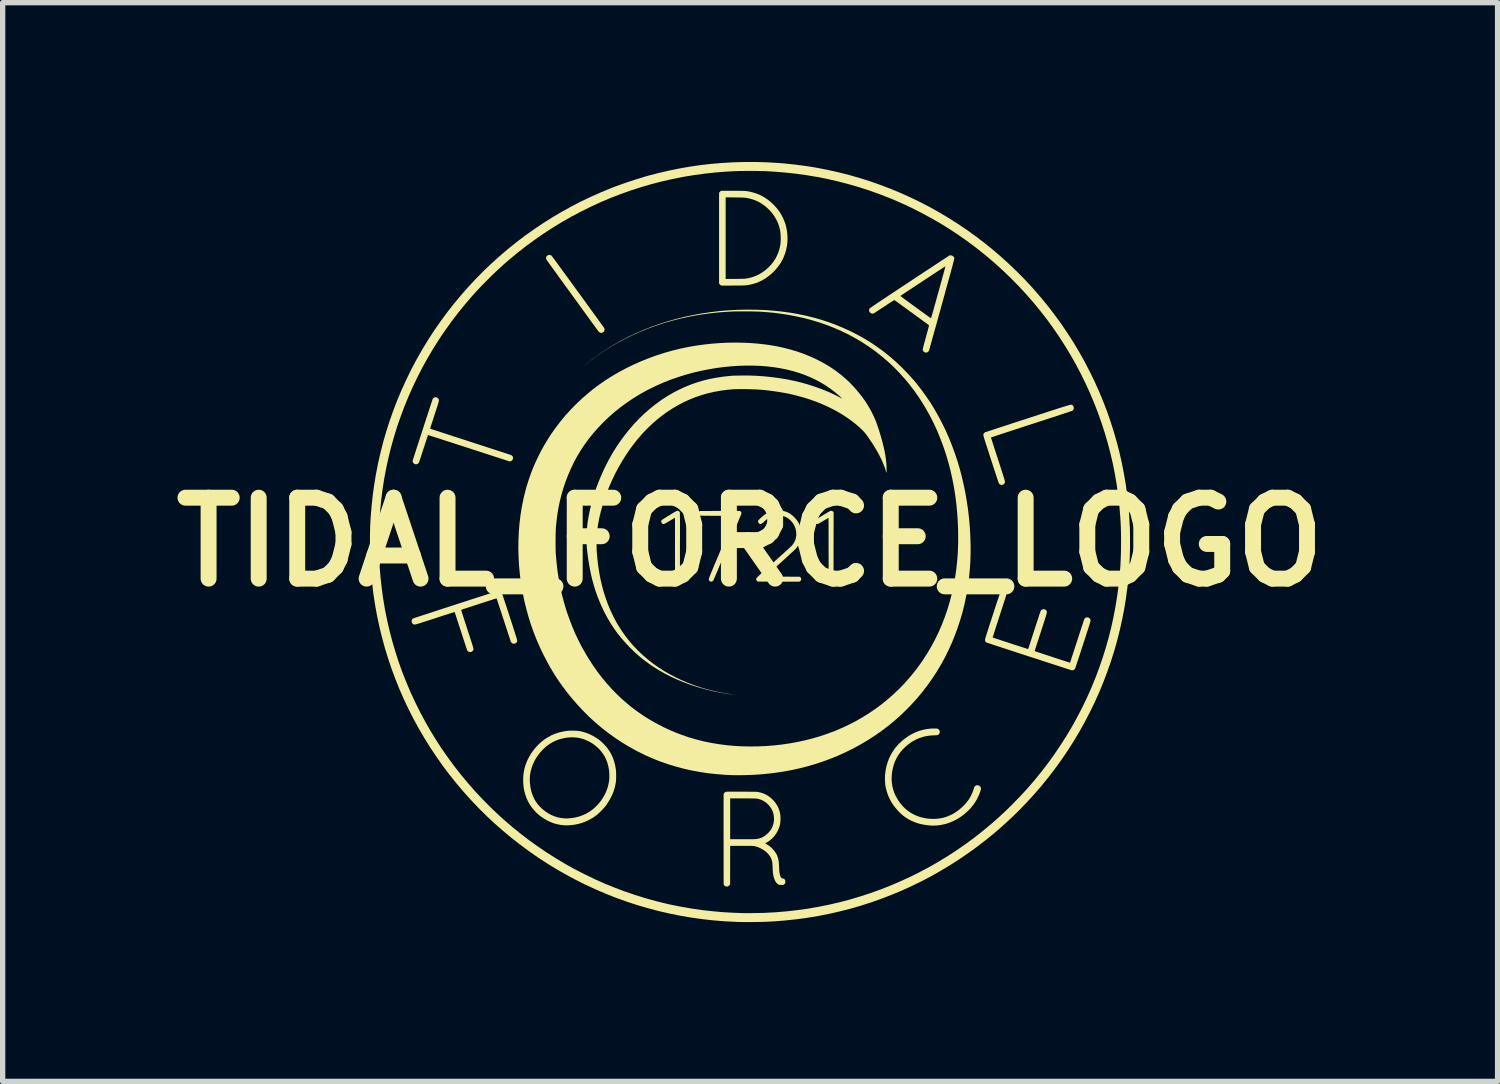
<source format=kicad_pcb>
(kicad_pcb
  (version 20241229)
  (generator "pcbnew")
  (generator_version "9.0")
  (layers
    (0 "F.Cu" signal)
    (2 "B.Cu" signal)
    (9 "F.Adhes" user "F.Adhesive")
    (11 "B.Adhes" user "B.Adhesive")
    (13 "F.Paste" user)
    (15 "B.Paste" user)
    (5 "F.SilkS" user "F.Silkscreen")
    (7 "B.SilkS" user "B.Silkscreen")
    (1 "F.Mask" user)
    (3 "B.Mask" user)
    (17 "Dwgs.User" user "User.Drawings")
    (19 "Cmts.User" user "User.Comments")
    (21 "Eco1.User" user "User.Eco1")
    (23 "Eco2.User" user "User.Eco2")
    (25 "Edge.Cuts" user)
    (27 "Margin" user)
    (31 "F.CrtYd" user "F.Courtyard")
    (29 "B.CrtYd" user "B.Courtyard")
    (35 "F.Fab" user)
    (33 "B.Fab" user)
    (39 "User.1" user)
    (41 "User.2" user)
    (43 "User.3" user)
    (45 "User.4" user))
  (footprint "TIDAL_FORCE_LOGO"
    (layer "F.Cu")
    (at 11.074 7.156)
    (property "Reference" "TIDAL_FORCE_LOGO" (at 0 0 0) (layer "F.SilkS") (effects (font (size 1.524 1.524) (thickness 0.3))))
    (attr board_only exclude_from_pos_files exclude_from_bom)
    (fp_poly (pts (xy -3.15 -3.293) (xy -3.15 -3.292) (xy -3.153 -3.289) (xy -3.154 -3.289) (xy -3.154 -3.291) (xy -3.153 -3.292) (xy -3.15 -3.295) (xy -3.15 -3.295)) (stroke (width 0) (type solid)) (fill yes) (layer "F.SilkS"))
    (fp_poly (pts (xy -3.119 -3.321) (xy -3.121 -3.319) (xy -3.125 -3.314) (xy -3.127 -3.314) (xy -3.127 -3.314) (xy -3.125 -3.317) (xy -3.122 -3.32) (xy -3.118 -3.322)) (stroke (width 0) (type solid)) (fill yes) (layer "F.SilkS"))
    (fp_poly (pts (xy -3.098 -3.339) (xy -3.101 -3.335) (xy -3.106 -3.33) (xy -3.109 -3.329) (xy -3.108 -3.33) (xy -3.105 -3.335) (xy -3.1 -3.339) (xy -3.097 -3.341)) (stroke (width 0) (type solid)) (fill yes) (layer "F.SilkS"))
    (fp_poly (pts (xy -3.062 -3.369) (xy -3.065 -3.365) (xy -3.069 -3.361) (xy -3.072 -3.359) (xy -3.071 -3.361) (xy -3.068 -3.365) (xy -3.063 -3.37) (xy -3.061 -3.371)) (stroke (width 0) (type solid)) (fill yes) (layer "F.SilkS"))
    (fp_poly (pts (xy -3.028 -3.397) (xy -3.031 -3.393) (xy -3.036 -3.388) (xy -3.038 -3.386) (xy -3.038 -3.388) (xy -3.034 -3.393) (xy -3.03 -3.397) (xy -3.027 -3.399)) (stroke (width 0) (type solid)) (fill yes) (layer "F.SilkS"))
    (fp_poly (pts (xy -3.013 -3.409) (xy -3.016 -3.405) (xy -3.021 -3.4) (xy -3.023 -3.399) (xy -3.023 -3.401) (xy -3.019 -3.405) (xy -3.015 -3.409) (xy -3.012 -3.411)) (stroke (width 0) (type solid)) (fill yes) (layer "F.SilkS"))
    (fp_poly (pts (xy -0.295 2.872) (xy -0.293 2.873) (xy -0.297 2.873) (xy -0.302 2.874) (xy -0.308 2.873) (xy -0.31 2.873) (xy -0.309 2.872) (xy -0.3 2.872)) (stroke (width 0) (type solid)) (fill yes) (layer "F.SilkS"))
    (fp_poly (pts (xy -0.266 2.875) (xy -0.265 2.876) (xy -0.27 2.877) (xy -0.273 2.877) (xy -0.279 2.876) (xy -0.28 2.876) (xy -0.278 2.875) (xy -0.27 2.875)) (stroke (width 0) (type solid)) (fill yes) (layer "F.SilkS"))
    (fp_poly (pts (xy -3.077 -3.357) (xy -3.081 -3.352) (xy -3.082 -3.351) (xy -3.087 -3.346) (xy -3.09 -3.344) (xy -3.09 -3.344) (xy -3.09 -3.346) (xy -3.086 -3.35) (xy -3.085 -3.351) (xy -3.079 -3.357) (xy -3.076 -3.359) (xy -3.076 -3.359)) (stroke (width 0) (type solid)) (fill yes) (layer "F.SilkS"))
    (fp_poly (pts (xy -3.043 -3.385) (xy -3.047 -3.38) (xy -3.048 -3.379) (xy -3.053 -3.374) (xy -3.057 -3.371) (xy -3.057 -3.371) (xy -3.056 -3.373) (xy -3.052 -3.378) (xy -3.051 -3.379) (xy -3.046 -3.384) (xy -3.043 -3.386) (xy -3.042 -3.386)) (stroke (width 0) (type solid)) (fill yes) (layer "F.SilkS"))
    (fp_poly (pts (xy 1.542 -0.586) (xy 1.557 -0.577) (xy 1.565 -0.57) (xy 1.573 -0.56) (xy 1.572 0.078) (xy 1.571 0.716) (xy 1.565 0.724) (xy 1.553 0.736) (xy 1.539 0.744) (xy 1.524 0.746) (xy 1.509 0.743) (xy 1.507 0.743) (xy 1.499 0.738) (xy 1.493 0.732) (xy 1.491 0.73) (xy 1.489 0.729) (xy 1.488 0.727) (xy 1.487 0.725) (xy 1.486 0.722) (xy 1.485 0.718) (xy 1.484 0.713) (xy 1.483 0.707) (xy 1.482 0.699) (xy 1.481 0.689) (xy 1.481 0.676) (xy 1.48 0.662) (xy 1.48 0.644) (xy 1.48 0.624) (xy 1.479 0.6) (xy 1.479 0.573) (xy 1.479 0.542) (xy 1.479 0.507) (xy 1.479 0.468) (xy 1.479 0.424) (xy 1.479 0.376) (xy 1.479 0.322) (xy 1.479 0.264) (xy 1.478 0.199) (xy 1.478 0.129) (xy 1.478 0.124) (xy 1.478 0.065) (xy 1.478 0.008) (xy 1.478 -0.047) (xy 1.478 -0.1) (xy 1.478 -0.151) (xy 1.478 -0.198) (xy 1.478 -0.243) (xy 1.478 -0.284) (xy 1.478 -0.322) (xy 1.478 -0.355) (xy 1.477 -0.384) (xy 1.477 -0.408) (xy 1.477 -0.428) (xy 1.477 -0.442) (xy 1.477 -0.451) (xy 1.477 -0.454) (xy 1.477 -0.454) (xy 1.474 -0.453) (xy 1.466 -0.448) (xy 1.454 -0.442) (xy 1.439 -0.433) (xy 1.421 -0.423) (xy 1.401 -0.411) (xy 1.381 -0.399) (xy 1.359 -0.386) (xy 1.338 -0.374) (xy 1.319 -0.363) (xy 1.302 -0.354) (xy 1.289 -0.347) (xy 1.28 -0.343) (xy 1.275 -0.341) (xy 1.26 -0.339) (xy 1.246 -0.343) (xy 1.234 -0.353) (xy 1.225 -0.368) (xy 1.224 -0.369) (xy 1.219 -0.385) (xy 1.22 -0.398) (xy 1.227 -0.41) (xy 1.229 -0.413) (xy 1.234 -0.417) (xy 1.244 -0.424) (xy 1.258 -0.433) (xy 1.274 -0.443) (xy 1.291 -0.455) (xy 1.305 -0.463) (xy 1.328 -0.477) (xy 1.354 -0.492) (xy 1.381 -0.509) (xy 1.408 -0.525) (xy 1.433 -0.54) (xy 1.442 -0.546) (xy 1.464 -0.559) (xy 1.481 -0.569) (xy 1.495 -0.577) (xy 1.505 -0.582) (xy 1.513 -0.586) (xy 1.519 -0.588) (xy 1.523 -0.588) (xy 1.524 -0.588)) (stroke (width 0) (type solid)) (fill yes) (layer "F.SilkS"))
    (fp_poly (pts (xy -3.754 -5.401) (xy -3.739 -5.391) (xy -3.737 -5.39) (xy -3.734 -5.386) (xy -3.728 -5.378) (xy -3.719 -5.366) (xy -3.707 -5.349) (xy -3.691 -5.329) (xy -3.673 -5.304) (xy -3.653 -5.277) (xy -3.63 -5.246) (xy -3.606 -5.212) (xy -3.579 -5.175) (xy -3.55 -5.136) (xy -3.52 -5.094) (xy -3.488 -5.051) (xy -3.455 -5.006) (xy -3.421 -4.959) (xy -3.386 -4.911) (xy -3.351 -4.863) (xy -3.315 -4.813) (xy -3.278 -4.763) (xy -3.242 -4.712) (xy -3.205 -4.662) (xy -3.168 -4.612) (xy -3.132 -4.562) (xy -3.097 -4.513) (xy -3.062 -4.465) (xy -3.028 -4.418) (xy -2.995 -4.373) (xy -2.963 -4.329) (xy -2.933 -4.287) (xy -2.904 -4.248) (xy -2.877 -4.211) (xy -2.853 -4.176) (xy -2.83 -4.145) (xy -2.809 -4.116) (xy -2.791 -4.091) (xy -2.776 -4.07) (xy -2.764 -4.053) (xy -2.754 -4.04) (xy -2.748 -4.031) (xy -2.746 -4.027) (xy -2.745 -4.027) (xy -2.741 -4.013) (xy -2.741 -3.997) (xy -2.744 -3.981) (xy -2.75 -3.967) (xy -2.751 -3.965) (xy -2.764 -3.951) (xy -2.78 -3.942) (xy -2.798 -3.938) (xy -2.817 -3.94) (xy -2.831 -3.945) (xy -2.836 -3.948) (xy -2.842 -3.953) (xy -2.849 -3.96) (xy -2.857 -3.97) (xy -2.868 -3.984) (xy -2.88 -4) (xy -2.896 -4.022) (xy -2.914 -4.047) (xy -2.935 -4.075) (xy -2.958 -4.107) (xy -2.983 -4.141) (xy -3.01 -4.179) (xy -3.039 -4.218) (xy -3.069 -4.26) (xy -3.101 -4.304) (xy -3.134 -4.349) (xy -3.168 -4.396) (xy -3.203 -4.444) (xy -3.238 -4.493) (xy -3.274 -4.543) (xy -3.311 -4.593) (xy -3.347 -4.643) (xy -3.384 -4.694) (xy -3.42 -4.744) (xy -3.456 -4.793) (xy -3.492 -4.842) (xy -3.526 -4.89) (xy -3.56 -4.936) (xy -3.593 -4.981) (xy -3.624 -5.025) (xy -3.654 -5.066) (xy -3.682 -5.105) (xy -3.709 -5.142) (xy -3.733 -5.176) (xy -3.756 -5.207) (xy -3.776 -5.234) (xy -3.793 -5.259) (xy -3.808 -5.279) (xy -3.82 -5.296) (xy -3.829 -5.309) (xy -3.835 -5.317) (xy -3.837 -5.32) (xy -3.837 -5.32) (xy -3.841 -5.334) (xy -3.841 -5.35) (xy -3.838 -5.366) (xy -3.831 -5.381) (xy -3.823 -5.389) (xy -3.807 -5.4) (xy -3.79 -5.406) (xy -3.771 -5.406)) (stroke (width 0) (type solid)) (fill yes) (layer "F.SilkS"))
    (fp_poly (pts (xy -0.295 -0.586) (xy -0.272 -0.586) (xy -0.254 -0.586) (xy -0.238 -0.586) (xy -0.226 -0.585) (xy -0.215 -0.585) (xy -0.207 -0.585) (xy -0.201 -0.584) (xy -0.196 -0.584) (xy -0.193 -0.583) (xy -0.19 -0.582) (xy -0.188 -0.581) (xy -0.186 -0.581) (xy -0.173 -0.572) (xy -0.165 -0.56) (xy -0.162 -0.546) (xy -0.162 -0.545) (xy -0.162 -0.542) (xy -0.164 -0.536) (xy -0.168 -0.526) (xy -0.172 -0.514) (xy -0.179 -0.498) (xy -0.186 -0.478) (xy -0.196 -0.455) (xy -0.207 -0.428) (xy -0.22 -0.396) (xy -0.235 -0.36) (xy -0.252 -0.32) (xy -0.27 -0.276) (xy -0.291 -0.226) (xy -0.314 -0.172) (xy -0.338 -0.113) (xy -0.365 -0.048) (xy -0.395 0.022) (xy -0.424 0.091) (xy -0.449 0.15) (xy -0.473 0.207) (xy -0.497 0.263) (xy -0.519 0.317) (xy -0.541 0.369) (xy -0.562 0.418) (xy -0.582 0.465) (xy -0.6 0.508) (xy -0.617 0.549) (xy -0.633 0.586) (xy -0.647 0.619) (xy -0.659 0.648) (xy -0.67 0.673) (xy -0.679 0.693) (xy -0.685 0.709) (xy -0.69 0.719) (xy -0.692 0.725) (xy -0.693 0.725) (xy -0.703 0.736) (xy -0.716 0.743) (xy -0.732 0.746) (xy -0.748 0.744) (xy -0.758 0.739) (xy -0.765 0.732) (xy -0.772 0.721) (xy -0.773 0.718) (xy -0.774 0.716) (xy -0.775 0.713) (xy -0.776 0.71) (xy -0.777 0.707) (xy -0.777 0.704) (xy -0.776 0.699) (xy -0.775 0.693) (xy -0.773 0.686) (xy -0.771 0.678) (xy -0.767 0.667) (xy -0.763 0.655) (xy -0.757 0.64) (xy -0.751 0.623) (xy -0.743 0.603) (xy -0.734 0.581) (xy -0.723 0.555) (xy -0.711 0.525) (xy -0.697 0.492) (xy -0.682 0.455) (xy -0.664 0.414) (xy -0.645 0.369) (xy -0.624 0.319) (xy -0.601 0.265) (xy -0.576 0.205) (xy -0.549 0.14) (xy -0.529 0.094) (xy -0.282 -0.492) (xy -0.613 -0.494) (xy -0.665 -0.494) (xy -0.711 -0.494) (xy -0.752 -0.494) (xy -0.788 -0.495) (xy -0.82 -0.495) (xy -0.846 -0.495) (xy -0.869 -0.495) (xy -0.888 -0.496) (xy -0.904 -0.496) (xy -0.917 -0.496) (xy -0.927 -0.497) (xy -0.935 -0.497) (xy -0.941 -0.498) (xy -0.945 -0.498) (xy -0.948 -0.499) (xy -0.951 -0.5) (xy -0.952 -0.501) (xy -0.964 -0.512) (xy -0.97 -0.527) (xy -0.972 -0.542) (xy -0.972 -0.552) (xy -0.97 -0.559) (xy -0.965 -0.566) (xy -0.96 -0.571) (xy -0.948 -0.584) (xy -0.574 -0.585) (xy -0.518 -0.585) (xy -0.469 -0.586) (xy -0.424 -0.586) (xy -0.385 -0.586) (xy -0.35 -0.586) (xy -0.32 -0.586)) (stroke (width 0) (type solid)) (fill yes) (layer "F.SilkS"))
    (fp_poly (pts (xy -1.361 -0.588) (xy -1.355 -0.587) (xy -1.35 -0.585) (xy -1.345 -0.583) (xy -1.345 -0.582) (xy -1.335 -0.576) (xy -1.328 -0.568) (xy -1.326 -0.566) (xy -1.325 -0.565) (xy -1.324 -0.563) (xy -1.324 -0.561) (xy -1.323 -0.559) (xy -1.323 -0.555) (xy -1.322 -0.55) (xy -1.322 -0.544) (xy -1.322 -0.536) (xy -1.321 -0.526) (xy -1.321 -0.513) (xy -1.321 -0.499) (xy -1.321 -0.481) (xy -1.321 -0.461) (xy -1.32 -0.437) (xy -1.32 -0.41) (xy -1.32 -0.379) (xy -1.32 -0.344) (xy -1.32 -0.305) (xy -1.32 -0.262) (xy -1.32 -0.214) (xy -1.32 -0.161) (xy -1.32 -0.102) (xy -1.32 -0.039) (xy -1.321 0.031) (xy -1.321 0.078) (xy -1.321 0.151) (xy -1.321 0.218) (xy -1.321 0.28) (xy -1.321 0.336) (xy -1.321 0.387) (xy -1.321 0.434) (xy -1.321 0.476) (xy -1.321 0.513) (xy -1.321 0.546) (xy -1.322 0.576) (xy -1.322 0.602) (xy -1.322 0.624) (xy -1.322 0.643) (xy -1.322 0.66) (xy -1.323 0.674) (xy -1.323 0.685) (xy -1.323 0.695) (xy -1.324 0.702) (xy -1.324 0.708) (xy -1.325 0.712) (xy -1.325 0.716) (xy -1.326 0.718) (xy -1.326 0.72) (xy -1.327 0.721) (xy -1.327 0.722) (xy -1.334 0.731) (xy -1.341 0.738) (xy -1.342 0.738) (xy -1.353 0.744) (xy -1.366 0.746) (xy -1.379 0.745) (xy -1.385 0.743) (xy -1.399 0.734) (xy -1.408 0.721) (xy -1.411 0.715) (xy -1.412 0.712) (xy -1.412 0.703) (xy -1.412 0.69) (xy -1.413 0.672) (xy -1.413 0.649) (xy -1.413 0.62) (xy -1.413 0.586) (xy -1.414 0.547) (xy -1.414 0.503) (xy -1.414 0.452) (xy -1.414 0.397) (xy -1.414 0.335) (xy -1.414 0.268) (xy -1.414 0.194) (xy -1.414 0.125) (xy -1.414 -0.457) (xy -1.508 -0.402) (xy -1.535 -0.386) (xy -1.557 -0.373) (xy -1.575 -0.363) (xy -1.59 -0.355) (xy -1.601 -0.349) (xy -1.61 -0.344) (xy -1.617 -0.341) (xy -1.623 -0.34) (xy -1.628 -0.339) (xy -1.633 -0.338) (xy -1.643 -0.341) (xy -1.653 -0.348) (xy -1.663 -0.357) (xy -1.669 -0.368) (xy -1.669 -0.368) (xy -1.674 -0.384) (xy -1.672 -0.399) (xy -1.665 -0.411) (xy -1.664 -0.413) (xy -1.659 -0.416) (xy -1.65 -0.423) (xy -1.636 -0.432) (xy -1.619 -0.443) (xy -1.599 -0.455) (xy -1.577 -0.469) (xy -1.552 -0.485) (xy -1.526 -0.501) (xy -1.519 -0.505) (xy -1.488 -0.524) (xy -1.461 -0.54) (xy -1.438 -0.554) (xy -1.419 -0.565) (xy -1.404 -0.573) (xy -1.391 -0.58) (xy -1.381 -0.584) (xy -1.373 -0.587) (xy -1.366 -0.588)) (stroke (width 0) (type solid)) (fill yes) (layer "F.SilkS"))
    (fp_poly (pts (xy -0.282 -6.613) (xy -0.241 -6.613) (xy -0.206 -6.613) (xy -0.176 -6.612) (xy -0.15 -6.612) (xy -0.129 -6.612) (xy -0.111 -6.611) (xy -0.097 -6.61) (xy -0.086 -6.61) (xy -0.079 -6.609) (xy -0.005 -6.597) (xy 0.065 -6.579) (xy 0.133 -6.557) (xy 0.198 -6.529) (xy 0.26 -6.495) (xy 0.32 -6.456) (xy 0.377 -6.412) (xy 0.416 -6.377) (xy 0.461 -6.332) (xy 0.501 -6.288) (xy 0.536 -6.243) (xy 0.568 -6.196) (xy 0.597 -6.147) (xy 0.616 -6.11) (xy 0.643 -6.048) (xy 0.666 -5.986) (xy 0.682 -5.923) (xy 0.693 -5.865) (xy 0.702 -5.789) (xy 0.705 -5.714) (xy 0.702 -5.64) (xy 0.693 -5.568) (xy 0.678 -5.498) (xy 0.658 -5.43) (xy 0.633 -5.364) (xy 0.602 -5.3) (xy 0.565 -5.238) (xy 0.523 -5.18) (xy 0.476 -5.124) (xy 0.455 -5.101) (xy 0.401 -5.05) (xy 0.345 -5.004) (xy 0.289 -4.964) (xy 0.23 -4.929) (xy 0.169 -4.899) (xy 0.105 -4.875) (xy 0.038 -4.855) (xy -0.032 -4.84) (xy -0.061 -4.835) (xy -0.069 -4.834) (xy -0.077 -4.834) (xy -0.087 -4.833) (xy -0.099 -4.832) (xy -0.112 -4.832) (xy -0.129 -4.831) (xy -0.149 -4.831) (xy -0.172 -4.83) (xy -0.2 -4.83) (xy -0.232 -4.83) (xy -0.269 -4.829) (xy -0.312 -4.829) (xy -0.317 -4.829) (xy -0.538 -4.828) (xy -0.552 -4.835) (xy -0.562 -4.842) (xy -0.572 -4.852) (xy -0.575 -4.855) (xy -0.584 -4.868) (xy -0.584 -6.49) (xy -0.46 -6.49) (xy -0.46 -4.953) (xy -0.287 -4.954) (xy -0.248 -4.954) (xy -0.214 -4.955) (xy -0.186 -4.955) (xy -0.162 -4.956) (xy -0.141 -4.956) (xy -0.125 -4.957) (xy -0.11 -4.957) (xy -0.099 -4.958) (xy -0.088 -4.959) (xy -0.08 -4.96) (xy -0.079 -4.961) (xy -0.011 -4.973) (xy 0.054 -4.991) (xy 0.116 -5.015) (xy 0.175 -5.043) (xy 0.231 -5.078) (xy 0.286 -5.117) (xy 0.337 -5.163) (xy 0.354 -5.179) (xy 0.401 -5.229) (xy 0.442 -5.282) (xy 0.478 -5.337) (xy 0.508 -5.395) (xy 0.533 -5.455) (xy 0.553 -5.518) (xy 0.567 -5.585) (xy 0.57 -5.605) (xy 0.573 -5.623) (xy 0.574 -5.64) (xy 0.576 -5.657) (xy 0.576 -5.676) (xy 0.577 -5.699) (xy 0.577 -5.72) (xy 0.576 -5.762) (xy 0.574 -5.799) (xy 0.57 -5.834) (xy 0.565 -5.868) (xy 0.557 -5.903) (xy 0.555 -5.914) (xy 0.536 -5.976) (xy 0.512 -6.036) (xy 0.482 -6.093) (xy 0.448 -6.148) (xy 0.409 -6.2) (xy 0.366 -6.249) (xy 0.319 -6.294) (xy 0.269 -6.335) (xy 0.216 -6.372) (xy 0.159 -6.405) (xy 0.101 -6.432) (xy 0.04 -6.454) (xy -0.018 -6.469) (xy -0.035 -6.473) (xy -0.05 -6.476) (xy -0.065 -6.479) (xy -0.079 -6.481) (xy -0.094 -6.483) (xy -0.11 -6.484) (xy -0.128 -6.485) (xy -0.148 -6.486) (xy -0.172 -6.487) (xy -0.199 -6.487) (xy -0.231 -6.488) (xy -0.268 -6.488) (xy -0.292 -6.489) (xy -0.46 -6.49) (xy -0.584 -6.49) (xy -0.584 -6.574) (xy -0.575 -6.586) (xy -0.568 -6.595) (xy -0.558 -6.604) (xy -0.556 -6.605) (xy -0.545 -6.613) (xy -0.328 -6.613)) (stroke (width 0) (type solid)) (fill yes) (layer "F.SilkS"))
    (fp_poly (pts (xy 0.606 -0.588) (xy 0.651 -0.579) (xy 0.694 -0.564) (xy 0.713 -0.555) (xy 0.745 -0.538) (xy 0.777 -0.515) (xy 0.808 -0.49) (xy 0.838 -0.461) (xy 0.865 -0.431) (xy 0.883 -0.408) (xy 0.91 -0.367) (xy 0.93 -0.324) (xy 0.946 -0.278) (xy 0.956 -0.229) (xy 0.962 -0.178) (xy 0.962 -0.167) (xy 0.962 -0.116) (xy 0.956 -0.068) (xy 0.945 -0.023) (xy 0.929 0.02) (xy 0.907 0.062) (xy 0.879 0.103) (xy 0.859 0.128) (xy 0.854 0.133) (xy 0.845 0.142) (xy 0.832 0.154) (xy 0.816 0.17) (xy 0.796 0.188) (xy 0.773 0.209) (xy 0.747 0.233) (xy 0.719 0.259) (xy 0.689 0.286) (xy 0.657 0.316) (xy 0.623 0.346) (xy 0.589 0.378) (xy 0.563 0.401) (xy 0.286 0.651) (xy 0.934 0.654) (xy 0.944 0.661) (xy 0.955 0.672) (xy 0.961 0.686) (xy 0.963 0.7) (xy 0.96 0.715) (xy 0.953 0.728) (xy 0.941 0.738) (xy 0.939 0.74) (xy 0.926 0.747) (xy 0.54 0.747) (xy 0.492 0.747) (xy 0.445 0.746) (xy 0.401 0.746) (xy 0.359 0.746) (xy 0.32 0.746) (xy 0.284 0.746) (xy 0.251 0.746) (xy 0.222 0.746) (xy 0.198 0.746) (xy 0.178 0.745) (xy 0.163 0.745) (xy 0.153 0.745) (xy 0.149 0.745) (xy 0.149 0.745) (xy 0.134 0.737) (xy 0.123 0.724) (xy 0.115 0.709) (xy 0.115 0.705) (xy 0.114 0.702) (xy 0.113 0.699) (xy 0.113 0.696) (xy 0.114 0.693) (xy 0.115 0.69) (xy 0.117 0.686) (xy 0.12 0.681) (xy 0.125 0.675) (xy 0.132 0.668) (xy 0.14 0.659) (xy 0.15 0.649) (xy 0.163 0.636) (xy 0.178 0.622) (xy 0.196 0.605) (xy 0.216 0.586) (xy 0.24 0.565) (xy 0.267 0.54) (xy 0.298 0.512) (xy 0.333 0.481) (xy 0.371 0.446) (xy 0.413 0.408) (xy 0.445 0.38) (xy 0.483 0.345) (xy 0.52 0.312) (xy 0.556 0.279) (xy 0.59 0.248) (xy 0.623 0.219) (xy 0.653 0.191) (xy 0.681 0.166) (xy 0.706 0.143) (xy 0.728 0.123) (xy 0.747 0.105) (xy 0.762 0.091) (xy 0.774 0.08) (xy 0.782 0.073) (xy 0.785 0.07) (xy 0.813 0.034) (xy 0.836 -0.003) (xy 0.853 -0.043) (xy 0.864 -0.085) (xy 0.87 -0.128) (xy 0.869 -0.173) (xy 0.869 -0.181) (xy 0.862 -0.223) (xy 0.852 -0.263) (xy 0.836 -0.301) (xy 0.834 -0.306) (xy 0.811 -0.347) (xy 0.784 -0.383) (xy 0.754 -0.415) (xy 0.72 -0.442) (xy 0.684 -0.464) (xy 0.646 -0.481) (xy 0.63 -0.486) (xy 0.589 -0.495) (xy 0.547 -0.499) (xy 0.503 -0.497) (xy 0.46 -0.492) (xy 0.418 -0.481) (xy 0.378 -0.466) (xy 0.377 -0.465) (xy 0.361 -0.458) (xy 0.347 -0.45) (xy 0.334 -0.442) (xy 0.32 -0.432) (xy 0.306 -0.421) (xy 0.289 -0.407) (xy 0.27 -0.389) (xy 0.255 -0.375) (xy 0.237 -0.36) (xy 0.222 -0.349) (xy 0.21 -0.342) (xy 0.199 -0.339) (xy 0.193 -0.338) (xy 0.181 -0.341) (xy 0.169 -0.349) (xy 0.159 -0.36) (xy 0.153 -0.373) (xy 0.15 -0.388) (xy 0.15 -0.393) (xy 0.151 -0.399) (xy 0.153 -0.404) (xy 0.156 -0.409) (xy 0.161 -0.415) (xy 0.169 -0.423) (xy 0.181 -0.434) (xy 0.186 -0.44) (xy 0.213 -0.465) (xy 0.237 -0.486) (xy 0.259 -0.503) (xy 0.279 -0.518) (xy 0.299 -0.531) (xy 0.32 -0.542) (xy 0.325 -0.545) (xy 0.369 -0.564) (xy 0.415 -0.579) (xy 0.463 -0.588) (xy 0.511 -0.593) (xy 0.559 -0.593)) (stroke (width 0) (type solid)) (fill yes) (layer "F.SilkS"))
    (fp_poly (pts (xy 3.49 3.512) (xy 3.505 3.512) (xy 3.516 3.513) (xy 3.524 3.514) (xy 3.53 3.515) (xy 3.534 3.517) (xy 3.551 3.528) (xy 3.563 3.542) (xy 3.57 3.558) (xy 3.572 3.575) (xy 3.57 3.593) (xy 3.562 3.61) (xy 3.555 3.618) (xy 3.549 3.624) (xy 3.543 3.629) (xy 3.535 3.633) (xy 3.525 3.636) (xy 3.513 3.638) (xy 3.497 3.639) (xy 3.476 3.64) (xy 3.455 3.64) (xy 3.385 3.645) (xy 3.317 3.655) (xy 3.251 3.67) (xy 3.188 3.691) (xy 3.126 3.718) (xy 3.066 3.751) (xy 3.035 3.77) (xy 2.976 3.813) (xy 2.921 3.859) (xy 2.872 3.908) (xy 2.828 3.96) (xy 2.789 4.015) (xy 2.756 4.074) (xy 2.727 4.135) (xy 2.704 4.2) (xy 2.686 4.268) (xy 2.673 4.339) (xy 2.667 4.404) (xy 2.665 4.469) (xy 2.669 4.535) (xy 2.679 4.599) (xy 2.695 4.663) (xy 2.716 4.725) (xy 2.743 4.784) (xy 2.756 4.808) (xy 2.793 4.87) (xy 2.834 4.926) (xy 2.878 4.978) (xy 2.926 5.025) (xy 2.977 5.066) (xy 3.032 5.103) (xy 3.09 5.134) (xy 3.151 5.161) (xy 3.215 5.182) (xy 3.245 5.189) (xy 3.315 5.204) (xy 3.385 5.212) (xy 3.454 5.214) (xy 3.522 5.211) (xy 3.588 5.202) (xy 3.653 5.188) (xy 3.716 5.167) (xy 3.777 5.141) (xy 3.784 5.138) (xy 3.84 5.108) (xy 3.894 5.072) (xy 3.946 5.033) (xy 3.995 4.99) (xy 4.041 4.944) (xy 4.082 4.896) (xy 4.119 4.847) (xy 4.124 4.839) (xy 4.156 4.785) (xy 4.182 4.729) (xy 4.204 4.672) (xy 4.21 4.652) (xy 4.216 4.631) (xy 4.223 4.614) (xy 4.231 4.602) (xy 4.24 4.593) (xy 4.246 4.589) (xy 4.26 4.582) (xy 4.275 4.579) (xy 4.291 4.581) (xy 4.302 4.584) (xy 4.321 4.593) (xy 4.335 4.606) (xy 4.344 4.622) (xy 4.348 4.637) (xy 4.348 4.646) (xy 4.345 4.66) (xy 4.34 4.677) (xy 4.334 4.698) (xy 4.326 4.721) (xy 4.316 4.745) (xy 4.306 4.77) (xy 4.295 4.794) (xy 4.284 4.818) (xy 4.273 4.84) (xy 4.269 4.847) (xy 4.238 4.899) (xy 4.206 4.946) (xy 4.17 4.992) (xy 4.13 5.036) (xy 4.112 5.054) (xy 4.056 5.106) (xy 3.996 5.154) (xy 3.935 5.196) (xy 3.87 5.233) (xy 3.804 5.265) (xy 3.736 5.292) (xy 3.667 5.312) (xy 3.597 5.327) (xy 3.525 5.337) (xy 3.453 5.34) (xy 3.439 5.34) (xy 3.423 5.34) (xy 3.408 5.339) (xy 3.396 5.339) (xy 3.388 5.338) (xy 3.31 5.329) (xy 3.236 5.316) (xy 3.166 5.299) (xy 3.1 5.276) (xy 3.037 5.249) (xy 2.977 5.217) (xy 2.92 5.181) (xy 2.866 5.139) (xy 2.815 5.092) (xy 2.806 5.083) (xy 2.754 5.026) (xy 2.707 4.967) (xy 2.666 4.906) (xy 2.63 4.841) (xy 2.6 4.775) (xy 2.576 4.705) (xy 2.557 4.634) (xy 2.547 4.58) (xy 2.544 4.562) (xy 2.543 4.539) (xy 2.541 4.513) (xy 2.54 4.485) (xy 2.54 4.457) (xy 2.54 4.429) (xy 2.54 4.404) (xy 2.541 4.383) (xy 2.542 4.378) (xy 2.552 4.3) (xy 2.567 4.225) (xy 2.588 4.152) (xy 2.614 4.083) (xy 2.645 4.016) (xy 2.682 3.952) (xy 2.723 3.892) (xy 2.77 3.835) (xy 2.806 3.796) (xy 2.863 3.743) (xy 2.923 3.695) (xy 2.985 3.652) (xy 3.049 3.615) (xy 3.116 3.583) (xy 3.184 3.557) (xy 3.255 3.537) (xy 3.312 3.525) (xy 3.347 3.52) (xy 3.378 3.516) (xy 3.409 3.513) (xy 3.441 3.512) (xy 3.47 3.512)) (stroke (width 0) (type solid)) (fill yes) (layer "F.SilkS"))
    (fp_poly (pts (xy -5.902 -2.723) (xy -5.885 -2.714) (xy -5.871 -2.701) (xy -5.869 -2.698) (xy -5.864 -2.69) (xy -5.861 -2.682) (xy -5.86 -2.673) (xy -5.86 -2.665) (xy -5.86 -2.661) (xy -5.861 -2.656) (xy -5.862 -2.65) (xy -5.863 -2.643) (xy -5.866 -2.634) (xy -5.869 -2.623) (xy -5.873 -2.609) (xy -5.878 -2.592) (xy -5.884 -2.572) (xy -5.892 -2.548) (xy -5.901 -2.52) (xy -5.911 -2.488) (xy -5.924 -2.45) (xy -5.937 -2.408) (xy -5.943 -2.39) (xy -5.956 -2.352) (xy -5.967 -2.316) (xy -5.978 -2.282) (xy -5.988 -2.25) (xy -5.998 -2.222) (xy -6.006 -2.196) (xy -6.013 -2.175) (xy -6.018 -2.157) (xy -6.022 -2.144) (xy -6.024 -2.137) (xy -6.025 -2.134) (xy -6.022 -2.133) (xy -6.013 -2.13) (xy -5.999 -2.126) (xy -5.979 -2.119) (xy -5.954 -2.111) (xy -5.924 -2.101) (xy -5.889 -2.09) (xy -5.849 -2.077) (xy -5.805 -2.062) (xy -5.756 -2.046) (xy -5.702 -2.029) (xy -5.644 -2.01) (xy -5.582 -1.989) (xy -5.515 -1.968) (xy -5.445 -1.945) (xy -5.371 -1.921) (xy -5.293 -1.896) (xy -5.212 -1.869) (xy -5.127 -1.842) (xy -5.039 -1.813) (xy -4.948 -1.783) (xy -4.854 -1.753) (xy -4.757 -1.721) (xy -4.657 -1.689) (xy -4.581 -1.664) (xy -4.553 -1.655) (xy -4.532 -1.648) (xy -4.514 -1.641) (xy -4.501 -1.636) (xy -4.491 -1.631) (xy -4.483 -1.626) (xy -4.478 -1.621) (xy -4.473 -1.615) (xy -4.47 -1.61) (xy -4.464 -1.592) (xy -4.464 -1.575) (xy -4.468 -1.558) (xy -4.477 -1.543) (xy -4.49 -1.53) (xy -4.506 -1.522) (xy -4.511 -1.521) (xy -4.521 -1.519) (xy -4.53 -1.519) (xy -4.533 -1.519) (xy -4.537 -1.521) (xy -4.546 -1.523) (xy -4.56 -1.528) (xy -4.579 -1.534) (xy -4.604 -1.542) (xy -4.632 -1.552) (xy -4.666 -1.562) (xy -4.703 -1.574) (xy -4.744 -1.588) (xy -4.789 -1.602) (xy -4.837 -1.618) (xy -4.888 -1.634) (xy -4.942 -1.652) (xy -4.999 -1.67) (xy -5.058 -1.69) (xy -5.12 -1.71) (xy -5.183 -1.73) (xy -5.248 -1.751) (xy -5.301 -1.769) (xy -5.368 -1.79) (xy -5.432 -1.811) (xy -5.495 -1.831) (xy -5.556 -1.851) (xy -5.614 -1.87) (xy -5.67 -1.888) (xy -5.724 -1.905) (xy -5.774 -1.921) (xy -5.821 -1.937) (xy -5.865 -1.951) (xy -5.905 -1.964) (xy -5.941 -1.975) (xy -5.973 -1.985) (xy -6.001 -1.994) (xy -6.024 -2.002) (xy -6.042 -2.007) (xy -6.055 -2.011) (xy -6.062 -2.014) (xy -6.065 -2.014) (xy -6.065 -2.013) (xy -6.066 -2.01) (xy -6.068 -2.005) (xy -6.07 -1.998) (xy -6.074 -1.988) (xy -6.078 -1.976) (xy -6.083 -1.96) (xy -6.089 -1.941) (xy -6.096 -1.919) (xy -6.105 -1.893) (xy -6.115 -1.863) (xy -6.126 -1.828) (xy -6.139 -1.789) (xy -6.153 -1.746) (xy -6.169 -1.697) (xy -6.186 -1.643) (xy -6.206 -1.583) (xy -6.206 -1.581) (xy -6.215 -1.555) (xy -6.222 -1.535) (xy -6.227 -1.519) (xy -6.232 -1.506) (xy -6.236 -1.497) (xy -6.24 -1.491) (xy -6.243 -1.486) (xy -6.243 -1.485) (xy -6.258 -1.473) (xy -6.275 -1.466) (xy -6.294 -1.463) (xy -6.312 -1.467) (xy -6.317 -1.469) (xy -6.331 -1.478) (xy -6.342 -1.49) (xy -6.35 -1.504) (xy -6.354 -1.519) (xy -6.354 -1.532) (xy -6.352 -1.537) (xy -6.349 -1.546) (xy -6.345 -1.561) (xy -6.338 -1.58) (xy -6.331 -1.604) (xy -6.322 -1.632) (xy -6.312 -1.664) (xy -6.3 -1.699) (xy -6.288 -1.737) (xy -6.275 -1.778) (xy -6.261 -1.821) (xy -6.246 -1.866) (xy -6.231 -1.913) (xy -6.215 -1.962) (xy -6.199 -2.011) (xy -6.183 -2.061) (xy -6.167 -2.111) (xy -6.15 -2.162) (xy -6.134 -2.212) (xy -6.118 -2.261) (xy -6.102 -2.31) (xy -6.087 -2.357) (xy -6.072 -2.402) (xy -6.058 -2.446) (xy -6.044 -2.487) (xy -6.032 -2.525) (xy -6.02 -2.56) (xy -6.01 -2.592) (xy -6 -2.621) (xy -5.992 -2.645) (xy -5.986 -2.665) (xy -5.981 -2.68) (xy -5.977 -2.69) (xy -5.976 -2.695) (xy -5.976 -2.695) (xy -5.968 -2.706) (xy -5.956 -2.716) (xy -5.943 -2.723) (xy -5.937 -2.725) (xy -5.919 -2.727)) (stroke (width 0) (type solid)) (fill yes) (layer "F.SilkS"))
    (fp_poly (pts (xy 6.054 -2.585) (xy 6.057 -2.584) (xy 6.059 -2.583) (xy 6.061 -2.582) (xy 6.063 -2.581) (xy 6.065 -2.579) (xy 6.067 -2.577) (xy 6.068 -2.577) (xy 6.081 -2.565) (xy 6.091 -2.55) (xy 6.095 -2.533) (xy 6.095 -2.516) (xy 6.091 -2.499) (xy 6.081 -2.484) (xy 6.075 -2.478) (xy 6.074 -2.476) (xy 6.072 -2.475) (xy 6.068 -2.473) (xy 6.064 -2.471) (xy 6.058 -2.469) (xy 6.051 -2.466) (xy 6.041 -2.463) (xy 6.03 -2.459) (xy 6.016 -2.454) (xy 6 -2.448) (xy 5.982 -2.442) (xy 5.96 -2.435) (xy 5.936 -2.427) (xy 5.908 -2.418) (xy 5.877 -2.407) (xy 5.842 -2.396) (xy 5.804 -2.383) (xy 5.761 -2.369) (xy 5.714 -2.354) (xy 5.662 -2.337) (xy 5.606 -2.319) (xy 5.545 -2.299) (xy 5.478 -2.277) (xy 5.407 -2.254) (xy 5.33 -2.229) (xy 5.3 -2.219) (xy 5.234 -2.198) (xy 5.169 -2.177) (xy 5.106 -2.156) (xy 5.045 -2.136) (xy 4.987 -2.117) (xy 4.931 -2.099) (xy 4.877 -2.081) (xy 4.827 -2.065) (xy 4.779 -2.049) (xy 4.736 -2.035) (xy 4.696 -2.022) (xy 4.659 -2.01) (xy 4.627 -1.999) (xy 4.6 -1.99) (xy 4.577 -1.982) (xy 4.558 -1.976) (xy 4.545 -1.971) (xy 4.538 -1.969) (xy 4.536 -1.968) (xy 4.537 -1.964) (xy 4.539 -1.956) (xy 4.544 -1.942) (xy 4.55 -1.923) (xy 4.557 -1.9) (xy 4.566 -1.873) (xy 4.576 -1.842) (xy 4.587 -1.807) (xy 4.599 -1.77) (xy 4.612 -1.729) (xy 4.626 -1.686) (xy 4.641 -1.641) (xy 4.656 -1.594) (xy 4.668 -1.556) (xy 4.687 -1.498) (xy 4.704 -1.446) (xy 4.72 -1.399) (xy 4.733 -1.356) (xy 4.745 -1.319) (xy 4.756 -1.286) (xy 4.765 -1.256) (xy 4.773 -1.231) (xy 4.78 -1.209) (xy 4.786 -1.19) (xy 4.79 -1.174) (xy 4.794 -1.161) (xy 4.796 -1.15) (xy 4.798 -1.141) (xy 4.799 -1.134) (xy 4.799 -1.128) (xy 4.799 -1.123) (xy 4.798 -1.119) (xy 4.797 -1.116) (xy 4.795 -1.112) (xy 4.793 -1.109) (xy 4.791 -1.106) (xy 4.79 -1.105) (xy 4.78 -1.092) (xy 4.766 -1.082) (xy 4.751 -1.076) (xy 4.736 -1.074) (xy 4.724 -1.076) (xy 4.706 -1.084) (xy 4.692 -1.095) (xy 4.683 -1.107) (xy 4.682 -1.111) (xy 4.679 -1.12) (xy 4.674 -1.135) (xy 4.667 -1.154) (xy 4.659 -1.178) (xy 4.65 -1.205) (xy 4.64 -1.237) (xy 4.628 -1.273) (xy 4.615 -1.311) (xy 4.602 -1.353) (xy 4.587 -1.397) (xy 4.572 -1.443) (xy 4.557 -1.491) (xy 4.54 -1.541) (xy 4.535 -1.557) (xy 4.516 -1.616) (xy 4.499 -1.67) (xy 4.483 -1.718) (xy 4.469 -1.762) (xy 4.456 -1.801) (xy 4.445 -1.835) (xy 4.435 -1.865) (xy 4.427 -1.892) (xy 4.42 -1.915) (xy 4.413 -1.935) (xy 4.408 -1.952) (xy 4.404 -1.966) (xy 4.401 -1.978) (xy 4.398 -1.987) (xy 4.396 -1.995) (xy 4.395 -2.001) (xy 4.394 -2.006) (xy 4.393 -2.01) (xy 4.393 -2.013) (xy 4.393 -2.016) (xy 4.393 -2.017) (xy 4.394 -2.029) (xy 4.397 -2.038) (xy 4.402 -2.046) (xy 4.403 -2.047) (xy 4.411 -2.056) (xy 4.419 -2.062) (xy 4.422 -2.064) (xy 4.425 -2.066) (xy 4.434 -2.069) (xy 4.449 -2.074) (xy 4.469 -2.08) (xy 4.493 -2.088) (xy 4.522 -2.098) (xy 4.555 -2.109) (xy 4.593 -2.121) (xy 4.634 -2.135) (xy 4.68 -2.15) (xy 4.728 -2.166) (xy 4.78 -2.182) (xy 4.835 -2.2) (xy 4.892 -2.219) (xy 4.952 -2.239) (xy 5.014 -2.259) (xy 5.078 -2.28) (xy 5.144 -2.301) (xy 5.211 -2.323) (xy 5.229 -2.329) (xy 5.31 -2.355) (xy 5.386 -2.38) (xy 5.457 -2.403) (xy 5.522 -2.424) (xy 5.582 -2.444) (xy 5.637 -2.462) (xy 5.688 -2.478) (xy 5.735 -2.493) (xy 5.777 -2.507) (xy 5.815 -2.519) (xy 5.85 -2.53) (xy 5.881 -2.54) (xy 5.909 -2.549) (xy 5.933 -2.556) (xy 5.955 -2.563) (xy 5.974 -2.568) (xy 5.99 -2.573) (xy 6.004 -2.577) (xy 6.016 -2.58) (xy 6.026 -2.582) (xy 6.034 -2.584) (xy 6.041 -2.585) (xy 6.046 -2.585) (xy 6.051 -2.586)) (stroke (width 0) (type solid)) (fill yes) (layer "F.SilkS"))
    (fp_poly (pts (xy -3.33 3.552) (xy -3.3 3.553) (xy -3.271 3.554) (xy -3.246 3.556) (xy -3.225 3.558) (xy -3.223 3.559) (xy -3.156 3.572) (xy -3.09 3.592) (xy -3.025 3.618) (xy -2.961 3.649) (xy -2.9 3.685) (xy -2.842 3.726) (xy -2.829 3.736) (xy -2.775 3.783) (xy -2.727 3.833) (xy -2.683 3.886) (xy -2.645 3.942) (xy -2.611 4.002) (xy -2.583 4.064) (xy -2.56 4.131) (xy -2.542 4.2) (xy -2.529 4.273) (xy -2.528 4.28) (xy -2.526 4.298) (xy -2.524 4.322) (xy -2.523 4.348) (xy -2.522 4.377) (xy -2.522 4.406) (xy -2.522 4.434) (xy -2.523 4.461) (xy -2.524 4.485) (xy -2.526 4.504) (xy -2.526 4.511) (xy -2.536 4.57) (xy -2.549 4.626) (xy -2.565 4.679) (xy -2.585 4.733) (xy -2.61 4.787) (xy -2.617 4.802) (xy -2.643 4.851) (xy -2.672 4.899) (xy -2.702 4.945) (xy -2.731 4.984) (xy -2.746 5.001) (xy -2.764 5.021) (xy -2.785 5.043) (xy -2.807 5.066) (xy -2.83 5.088) (xy -2.852 5.109) (xy -2.873 5.128) (xy -2.891 5.143) (xy -2.896 5.146) (xy -2.956 5.189) (xy -3.02 5.226) (xy -3.086 5.258) (xy -3.154 5.285) (xy -3.224 5.306) (xy -3.296 5.321) (xy -3.369 5.331) (xy -3.443 5.335) (xy -3.498 5.334) (xy -3.564 5.327) (xy -3.63 5.315) (xy -3.695 5.297) (xy -3.758 5.273) (xy -3.821 5.243) (xy -3.881 5.208) (xy -3.941 5.167) (xy -3.967 5.147) (xy -4.02 5.1) (xy -4.069 5.049) (xy -4.112 4.996) (xy -4.151 4.939) (xy -4.184 4.879) (xy -4.212 4.816) (xy -4.235 4.75) (xy -4.253 4.682) (xy -4.265 4.611) (xy -4.271 4.537) (xy -4.273 4.462) (xy -4.148 4.462) (xy -4.147 4.516) (xy -4.142 4.572) (xy -4.134 4.628) (xy -4.123 4.681) (xy -4.108 4.732) (xy -4.108 4.733) (xy -4.087 4.788) (xy -4.062 4.84) (xy -4.034 4.888) (xy -4.002 4.933) (xy -3.964 4.977) (xy -3.953 4.988) (xy -3.905 5.034) (xy -3.854 5.074) (xy -3.8 5.11) (xy -3.745 5.139) (xy -3.687 5.164) (xy -3.627 5.183) (xy -3.566 5.196) (xy -3.504 5.203) (xy -3.501 5.203) (xy -3.486 5.204) (xy -3.475 5.205) (xy -3.466 5.205) (xy -3.463 5.206) (xy -3.463 5.206) (xy -3.459 5.206) (xy -3.451 5.205) (xy -3.439 5.205) (xy -3.423 5.204) (xy -3.415 5.203) (xy -3.344 5.196) (xy -3.274 5.183) (xy -3.207 5.165) (xy -3.143 5.141) (xy -3.081 5.112) (xy -3.022 5.077) (xy -2.969 5.039) (xy -2.958 5.03) (xy -2.944 5.018) (xy -2.928 5.004) (xy -2.912 4.989) (xy -2.904 4.981) (xy -2.853 4.928) (xy -2.808 4.872) (xy -2.769 4.813) (xy -2.734 4.752) (xy -2.705 4.688) (xy -2.682 4.622) (xy -2.665 4.554) (xy -2.654 4.496) (xy -2.652 4.475) (xy -2.651 4.45) (xy -2.65 4.422) (xy -2.651 4.392) (xy -2.651 4.361) (xy -2.653 4.332) (xy -2.655 4.306) (xy -2.658 4.286) (xy -2.67 4.22) (xy -2.687 4.157) (xy -2.709 4.098) (xy -2.736 4.043) (xy -2.768 3.991) (xy -2.804 3.942) (xy -2.846 3.895) (xy -2.861 3.88) (xy -2.911 3.836) (xy -2.964 3.797) (xy -3.019 3.763) (xy -3.076 3.735) (xy -3.135 3.712) (xy -3.196 3.695) (xy -3.257 3.683) (xy -3.32 3.678) (xy -3.383 3.678) (xy -3.402 3.679) (xy -3.473 3.687) (xy -3.54 3.701) (xy -3.605 3.719) (xy -3.666 3.743) (xy -3.725 3.772) (xy -3.78 3.806) (xy -3.834 3.845) (xy -3.885 3.891) (xy -3.896 3.901) (xy -3.946 3.955) (xy -3.991 4.012) (xy -4.031 4.071) (xy -4.065 4.132) (xy -4.093 4.194) (xy -4.116 4.259) (xy -4.133 4.325) (xy -4.144 4.392) (xy -4.146 4.411) (xy -4.148 4.462) (xy -4.273 4.462) (xy -4.273 4.462) (xy -4.273 4.452) (xy -4.268 4.383) (xy -4.259 4.318) (xy -4.245 4.254) (xy -4.226 4.191) (xy -4.201 4.128) (xy -4.182 4.086) (xy -4.149 4.025) (xy -4.112 3.965) (xy -4.07 3.908) (xy -4.023 3.853) (xy -3.974 3.802) (xy -3.922 3.756) (xy -3.869 3.715) (xy -3.86 3.709) (xy -3.799 3.671) (xy -3.735 3.637) (xy -3.667 3.609) (xy -3.597 3.586) (xy -3.525 3.569) (xy -3.45 3.557) (xy -3.438 3.555) (xy -3.415 3.553) (xy -3.389 3.552) (xy -3.36 3.552)) (stroke (width 0) (type solid)) (fill yes) (layer "F.SilkS"))
    (fp_poly (pts (xy -0.272 4.701) (xy -0.227 4.701) (xy -0.177 4.701) (xy -0.16 4.701) (xy -0.111 4.701) (xy -0.068 4.701) (xy -0.03 4.702) (xy 0.004 4.702) (xy 0.032 4.702) (xy 0.057 4.703) (xy 0.078 4.703) (xy 0.095 4.703) (xy 0.109 4.704) (xy 0.121 4.704) (xy 0.131 4.705) (xy 0.138 4.706) (xy 0.145 4.707) (xy 0.148 4.707) (xy 0.202 4.719) (xy 0.252 4.735) (xy 0.299 4.757) (xy 0.344 4.783) (xy 0.386 4.815) (xy 0.424 4.85) (xy 0.462 4.891) (xy 0.494 4.935) (xy 0.521 4.981) (xy 0.542 5.029) (xy 0.558 5.08) (xy 0.568 5.134) (xy 0.57 5.146) (xy 0.572 5.168) (xy 0.573 5.193) (xy 0.573 5.221) (xy 0.571 5.249) (xy 0.569 5.276) (xy 0.567 5.3) (xy 0.564 5.315) (xy 0.551 5.365) (xy 0.532 5.413) (xy 0.509 5.46) (xy 0.481 5.504) (xy 0.45 5.546) (xy 0.414 5.583) (xy 0.376 5.617) (xy 0.335 5.645) (xy 0.304 5.662) (xy 0.283 5.673) (xy 0.31 5.689) (xy 0.356 5.719) (xy 0.398 5.753) (xy 0.435 5.791) (xy 0.439 5.796) (xy 0.462 5.824) (xy 0.481 5.851) (xy 0.497 5.878) (xy 0.51 5.905) (xy 0.52 5.933) (xy 0.526 5.954) (xy 0.532 5.976) (xy 0.536 5.999) (xy 0.54 6.023) (xy 0.542 6.051) (xy 0.544 6.082) (xy 0.546 6.111) (xy 0.547 6.148) (xy 0.549 6.18) (xy 0.551 6.207) (xy 0.554 6.23) (xy 0.558 6.25) (xy 0.562 6.267) (xy 0.567 6.283) (xy 0.572 6.298) (xy 0.574 6.3) (xy 0.581 6.315) (xy 0.588 6.325) (xy 0.595 6.331) (xy 0.603 6.334) (xy 0.607 6.334) (xy 0.626 6.337) (xy 0.641 6.344) (xy 0.653 6.356) (xy 0.661 6.372) (xy 0.664 6.392) (xy 0.664 6.397) (xy 0.663 6.416) (xy 0.656 6.432) (xy 0.645 6.444) (xy 0.639 6.449) (xy 0.634 6.453) (xy 0.629 6.455) (xy 0.622 6.456) (xy 0.614 6.457) (xy 0.602 6.457) (xy 0.59 6.457) (xy 0.574 6.457) (xy 0.563 6.457) (xy 0.554 6.456) (xy 0.547 6.454) (xy 0.54 6.451) (xy 0.535 6.449) (xy 0.514 6.435) (xy 0.494 6.415) (xy 0.477 6.39) (xy 0.462 6.36) (xy 0.449 6.324) (xy 0.439 6.284) (xy 0.432 6.238) (xy 0.431 6.236) (xy 0.43 6.222) (xy 0.428 6.203) (xy 0.427 6.181) (xy 0.425 6.157) (xy 0.424 6.133) (xy 0.424 6.122) (xy 0.423 6.094) (xy 0.421 6.071) (xy 0.42 6.052) (xy 0.418 6.037) (xy 0.416 6.023) (xy 0.414 6.01) (xy 0.41 5.998) (xy 0.407 5.985) (xy 0.392 5.949) (xy 0.372 5.914) (xy 0.347 5.881) (xy 0.317 5.849) (xy 0.283 5.82) (xy 0.246 5.794) (xy 0.205 5.771) (xy 0.162 5.751) (xy 0.117 5.735) (xy 0.085 5.727) (xy 0.08 5.726) (xy 0.075 5.725) (xy 0.068 5.724) (xy 0.061 5.724) (xy 0.052 5.723) (xy 0.041 5.723) (xy 0.027 5.722) (xy 0.011 5.722) (xy -0.01 5.722) (xy -0.034 5.722) (xy -0.062 5.721) (xy -0.096 5.721) (xy -0.135 5.721) (xy -0.158 5.721) (xy -0.375 5.721) (xy -0.376 6.446) (xy -0.385 6.458) (xy -0.397 6.472) (xy -0.412 6.481) (xy -0.43 6.487) (xy -0.447 6.488) (xy -0.453 6.487) (xy -0.468 6.48) (xy -0.482 6.47) (xy -0.491 6.459) (xy -0.498 6.449) (xy -0.499 5.603) (xy -0.499 5.531) (xy -0.499 5.461) (xy -0.499 5.393) (xy -0.499 5.327) (xy -0.499 5.263) (xy -0.499 5.201) (xy -0.499 5.143) (xy -0.499 5.087) (xy -0.499 5.035) (xy -0.499 4.986) (xy -0.499 4.941) (xy -0.499 4.9) (xy -0.499 4.864) (xy -0.499 4.831) (xy -0.499 4.828) (xy -0.375 4.828) (xy -0.375 5.596) (xy -0.141 5.596) (xy -0.097 5.596) (xy -0.057 5.596) (xy -0.023 5.596) (xy 0.006 5.596) (xy 0.031 5.596) (xy 0.052 5.596) (xy 0.07 5.595) (xy 0.084 5.595) (xy 0.096 5.594) (xy 0.107 5.594) (xy 0.115 5.593) (xy 0.122 5.592) (xy 0.124 5.592) (xy 0.146 5.588) (xy 0.169 5.582) (xy 0.193 5.575) (xy 0.215 5.567) (xy 0.233 5.559) (xy 0.235 5.558) (xy 0.273 5.536) (xy 0.309 5.508) (xy 0.343 5.477) (xy 0.373 5.442) (xy 0.375 5.439) (xy 0.387 5.423) (xy 0.397 5.408) (xy 0.406 5.392) (xy 0.414 5.375) (xy 0.423 5.354) (xy 0.426 5.348) (xy 0.438 5.311) (xy 0.446 5.271) (xy 0.45 5.229) (xy 0.449 5.186) (xy 0.445 5.144) (xy 0.437 5.109) (xy 0.423 5.066) (xy 0.403 5.026) (xy 0.378 4.987) (xy 0.349 4.952) (xy 0.316 4.92) (xy 0.279 4.892) (xy 0.24 4.869) (xy 0.198 4.85) (xy 0.178 4.844) (xy 0.169 4.841) (xy 0.161 4.839) (xy 0.152 4.837) (xy 0.143 4.835) (xy 0.133 4.833) (xy 0.122 4.832) (xy 0.109 4.831) (xy 0.094 4.83) (xy 0.076 4.83) (xy 0.055 4.829) (xy 0.03 4.829) (xy 0.001 4.828) (xy -0.033 4.828) (xy -0.071 4.828) (xy -0.115 4.828) (xy -0.136 4.828) (xy -0.375 4.828) (xy -0.499 4.828) (xy -0.499 4.804) (xy -0.499 4.782) (xy -0.499 4.765) (xy -0.498 4.753) (xy -0.498 4.747) (xy -0.498 4.746) (xy -0.494 4.736) (xy -0.486 4.725) (xy -0.475 4.715) (xy -0.464 4.707) (xy -0.455 4.703) (xy -0.45 4.703) (xy -0.443 4.702) (xy -0.431 4.702) (xy -0.416 4.701) (xy -0.397 4.701) (xy -0.373 4.701) (xy -0.344 4.701) (xy -0.311 4.701)) (stroke (width 0) (type solid)) (fill yes) (layer "F.SilkS"))
    (fp_poly (pts (xy -4.714 0.917) (xy -4.699 0.923) (xy -4.686 0.935) (xy -4.681 0.942) (xy -4.679 0.947) (xy -4.675 0.957) (xy -4.67 0.973) (xy -4.662 0.994) (xy -4.653 1.02) (xy -4.643 1.051) (xy -4.631 1.087) (xy -4.618 1.127) (xy -4.603 1.172) (xy -4.587 1.22) (xy -4.57 1.273) (xy -4.551 1.329) (xy -4.532 1.389) (xy -4.529 1.398) (xy -4.509 1.46) (xy -4.49 1.517) (xy -4.473 1.569) (xy -4.458 1.616) (xy -4.445 1.658) (xy -4.433 1.695) (xy -4.423 1.727) (xy -4.414 1.756) (xy -4.406 1.78) (xy -4.4 1.8) (xy -4.395 1.817) (xy -4.391 1.831) (xy -4.388 1.841) (xy -4.386 1.849) (xy -4.385 1.853) (xy -4.385 1.855) (xy -4.388 1.873) (xy -4.395 1.888) (xy -4.405 1.9) (xy -4.419 1.908) (xy -4.434 1.913) (xy -4.45 1.915) (xy -4.465 1.913) (xy -4.48 1.906) (xy -4.493 1.896) (xy -4.503 1.881) (xy -4.504 1.879) (xy -4.505 1.875) (xy -4.509 1.865) (xy -4.514 1.849) (xy -4.521 1.829) (xy -4.529 1.805) (xy -4.538 1.776) (xy -4.549 1.744) (xy -4.561 1.708) (xy -4.573 1.67) (xy -4.587 1.628) (xy -4.601 1.585) (xy -4.616 1.539) (xy -4.631 1.492) (xy -4.641 1.462) (xy -4.657 1.415) (xy -4.672 1.368) (xy -4.686 1.324) (xy -4.7 1.282) (xy -4.713 1.243) (xy -4.725 1.207) (xy -4.736 1.174) (xy -4.746 1.144) (xy -4.754 1.118) (xy -4.761 1.097) (xy -4.767 1.08) (xy -4.771 1.069) (xy -4.774 1.062) (xy -4.774 1.061) (xy -4.778 1.062) (xy -4.786 1.064) (xy -4.8 1.069) (xy -4.818 1.074) (xy -4.84 1.081) (xy -4.865 1.09) (xy -4.894 1.099) (xy -4.925 1.109) (xy -4.959 1.12) (xy -4.994 1.131) (xy -5.031 1.143) (xy -5.069 1.155) (xy -5.107 1.168) (xy -5.145 1.18) (xy -5.182 1.192) (xy -5.219 1.204) (xy -5.255 1.216) (xy -5.288 1.227) (xy -5.32 1.237) (xy -5.348 1.246) (xy -5.374 1.255) (xy -5.396 1.262) (xy -5.414 1.268) (xy -5.428 1.273) (xy -5.436 1.275) (xy -5.44 1.277) (xy -5.44 1.277) (xy -5.439 1.28) (xy -5.437 1.289) (xy -5.433 1.303) (xy -5.427 1.323) (xy -5.419 1.348) (xy -5.409 1.379) (xy -5.398 1.415) (xy -5.385 1.455) (xy -5.37 1.501) (xy -5.354 1.551) (xy -5.336 1.606) (xy -5.326 1.637) (xy -5.309 1.69) (xy -5.293 1.737) (xy -5.279 1.78) (xy -5.267 1.818) (xy -5.256 1.851) (xy -5.247 1.879) (xy -5.239 1.904) (xy -5.232 1.926) (xy -5.227 1.944) (xy -5.222 1.959) (xy -5.218 1.972) (xy -5.216 1.982) (xy -5.213 1.991) (xy -5.212 1.997) (xy -5.211 2.003) (xy -5.21 2.007) (xy -5.21 2.011) (xy -5.21 2.014) (xy -5.21 2.015) (xy -5.211 2.028) (xy -5.213 2.036) (xy -5.217 2.043) (xy -5.22 2.047) (xy -5.234 2.06) (xy -5.25 2.069) (xy -5.267 2.072) (xy -5.285 2.071) (xy -5.298 2.067) (xy -5.307 2.061) (xy -5.316 2.052) (xy -5.318 2.05) (xy -5.32 2.049) (xy -5.321 2.047) (xy -5.322 2.046) (xy -5.323 2.044) (xy -5.324 2.042) (xy -5.326 2.039) (xy -5.328 2.035) (xy -5.33 2.029) (xy -5.333 2.021) (xy -5.336 2.011) (xy -5.34 2) (xy -5.345 1.985) (xy -5.351 1.968) (xy -5.358 1.948) (xy -5.365 1.924) (xy -5.374 1.897) (xy -5.384 1.866) (xy -5.396 1.831) (xy -5.409 1.791) (xy -5.423 1.747) (xy -5.439 1.697) (xy -5.457 1.643) (xy -5.476 1.583) (xy -5.479 1.577) (xy -5.491 1.538) (xy -5.503 1.502) (xy -5.514 1.468) (xy -5.524 1.436) (xy -5.534 1.407) (xy -5.542 1.381) (xy -5.55 1.36) (xy -5.555 1.342) (xy -5.56 1.329) (xy -5.563 1.321) (xy -5.564 1.318) (xy -5.567 1.319) (xy -5.575 1.321) (xy -5.589 1.326) (xy -5.607 1.331) (xy -5.63 1.338) (xy -5.657 1.347) (xy -5.687 1.357) (xy -5.721 1.368) (xy -5.758 1.379) (xy -5.797 1.392) (xy -5.839 1.406) (xy -5.883 1.42) (xy -5.929 1.435) (xy -5.931 1.436) (xy -5.986 1.454) (xy -6.036 1.47) (xy -6.081 1.484) (xy -6.12 1.497) (xy -6.156 1.508) (xy -6.186 1.518) (xy -6.213 1.527) (xy -6.237 1.534) (xy -6.256 1.54) (xy -6.273 1.544) (xy -6.287 1.548) (xy -6.299 1.551) (xy -6.309 1.553) (xy -6.316 1.554) (xy -6.322 1.554) (xy -6.327 1.554) (xy -6.331 1.553) (xy -6.335 1.551) (xy -6.338 1.549) (xy -6.341 1.547) (xy -6.345 1.545) (xy -6.345 1.545) (xy -6.358 1.534) (xy -6.367 1.521) (xy -6.372 1.505) (xy -6.373 1.487) (xy -6.37 1.47) (xy -6.362 1.455) (xy -6.351 1.443) (xy -6.344 1.439) (xy -6.34 1.438) (xy -6.33 1.434) (xy -6.315 1.429) (xy -6.295 1.422) (xy -6.271 1.414) (xy -6.242 1.405) (xy -6.209 1.394) (xy -6.173 1.382) (xy -6.133 1.369) (xy -6.089 1.355) (xy -6.043 1.34) (xy -5.994 1.324) (xy -5.943 1.307) (xy -5.89 1.29) (xy -5.835 1.272) (xy -5.779 1.253) (xy -5.721 1.235) (xy -5.662 1.216) (xy -5.603 1.196) (xy -5.544 1.177) (xy -5.484 1.158) (xy -5.425 1.139) (xy -5.367 1.12) (xy -5.309 1.101) (xy -5.252 1.082) (xy -5.197 1.065) (xy -5.143 1.047) (xy -5.091 1.031) (xy -5.042 1.015) (xy -4.995 1) (xy -4.951 0.985) (xy -4.91 0.972) (xy -4.873 0.96) (xy -4.839 0.95) (xy -4.81 0.94) (xy -4.784 0.932) (xy -4.763 0.925) (xy -4.747 0.92) (xy -4.737 0.917) (xy -4.731 0.916) (xy -4.731 0.916)) (stroke (width 0) (type solid)) (fill yes) (layer "F.SilkS"))
    (fp_poly (pts (xy 3.781 -5.398) (xy 3.801 -5.394) (xy 3.818 -5.384) (xy 3.834 -5.369) (xy 3.836 -5.367) (xy 3.841 -5.359) (xy 3.844 -5.352) (xy 3.845 -5.344) (xy 3.845 -5.336) (xy 3.845 -5.333) (xy 3.844 -5.328) (xy 3.842 -5.32) (xy 3.839 -5.31) (xy 3.836 -5.297) (xy 3.832 -5.281) (xy 3.827 -5.262) (xy 3.821 -5.24) (xy 3.815 -5.215) (xy 3.807 -5.185) (xy 3.798 -5.152) (xy 3.788 -5.115) (xy 3.777 -5.074) (xy 3.764 -5.029) (xy 3.75 -4.979) (xy 3.735 -4.925) (xy 3.719 -4.866) (xy 3.701 -4.802) (xy 3.682 -4.733) (xy 3.662 -4.658) (xy 3.64 -4.578) (xy 3.616 -4.492) (xy 3.609 -4.469) (xy 3.59 -4.398) (xy 3.571 -4.329) (xy 3.552 -4.262) (xy 3.534 -4.197) (xy 3.517 -4.134) (xy 3.5 -4.073) (xy 3.484 -4.015) (xy 3.468 -3.96) (xy 3.454 -3.908) (xy 3.44 -3.86) (xy 3.428 -3.815) (xy 3.416 -3.773) (xy 3.406 -3.736) (xy 3.397 -3.703) (xy 3.389 -3.675) (xy 3.383 -3.651) (xy 3.377 -3.633) (xy 3.374 -3.619) (xy 3.371 -3.612) (xy 3.371 -3.609) (xy 3.363 -3.594) (xy 3.35 -3.581) (xy 3.335 -3.572) (xy 3.318 -3.567) (xy 3.31 -3.566) (xy 3.3 -3.568) (xy 3.29 -3.571) (xy 3.281 -3.577) (xy 3.266 -3.589) (xy 3.256 -3.602) (xy 3.252 -3.616) (xy 3.251 -3.627) (xy 3.252 -3.634) (xy 3.254 -3.645) (xy 3.258 -3.662) (xy 3.264 -3.683) (xy 3.271 -3.711) (xy 3.279 -3.743) (xy 3.29 -3.781) (xy 3.302 -3.825) (xy 3.312 -3.862) (xy 3.323 -3.903) (xy 3.333 -3.94) (xy 3.342 -3.971) (xy 3.349 -3.997) (xy 3.355 -4.019) (xy 3.359 -4.037) (xy 3.363 -4.052) (xy 3.366 -4.063) (xy 3.367 -4.071) (xy 3.368 -4.077) (xy 3.368 -4.081) (xy 3.368 -4.083) (xy 3.368 -4.083) (xy 3.365 -4.085) (xy 3.357 -4.091) (xy 3.346 -4.099) (xy 3.33 -4.111) (xy 3.311 -4.124) (xy 3.289 -4.141) (xy 3.264 -4.159) (xy 3.237 -4.179) (xy 3.207 -4.2) (xy 3.176 -4.223) (xy 3.143 -4.247) (xy 3.109 -4.272) (xy 3.075 -4.297) (xy 3.04 -4.322) (xy 3.005 -4.347) (xy 2.971 -4.372) (xy 2.938 -4.396) (xy 2.905 -4.42) (xy 2.874 -4.442) (xy 2.845 -4.464) (xy 2.818 -4.483) (xy 2.793 -4.501) (xy 2.772 -4.517) (xy 2.753 -4.53) (xy 2.738 -4.541) (xy 2.727 -4.549) (xy 2.721 -4.553) (xy 2.719 -4.555) (xy 2.717 -4.555) (xy 2.713 -4.553) (xy 2.707 -4.55) (xy 2.698 -4.545) (xy 2.686 -4.538) (xy 2.671 -4.529) (xy 2.653 -4.517) (xy 2.631 -4.503) (xy 2.604 -4.486) (xy 2.574 -4.466) (xy 2.539 -4.442) (xy 2.526 -4.434) (xy 2.496 -4.414) (xy 2.466 -4.395) (xy 2.439 -4.377) (xy 2.413 -4.36) (xy 2.39 -4.345) (xy 2.37 -4.332) (xy 2.353 -4.321) (xy 2.341 -4.313) (xy 2.332 -4.308) (xy 2.329 -4.305) (xy 2.313 -4.3) (xy 2.296 -4.301) (xy 2.279 -4.307) (xy 2.262 -4.317) (xy 2.255 -4.325) (xy 2.245 -4.34) (xy 2.241 -4.357) (xy 2.242 -4.374) (xy 2.248 -4.392) (xy 2.251 -4.397) (xy 2.253 -4.399) (xy 2.256 -4.402) (xy 2.261 -4.405) (xy 2.267 -4.41) (xy 2.276 -4.417) (xy 2.287 -4.424) (xy 2.3 -4.433) (xy 2.316 -4.444) (xy 2.334 -4.456) (xy 2.355 -4.471) (xy 2.379 -4.487) (xy 2.406 -4.505) (xy 2.436 -4.525) (xy 2.47 -4.548) (xy 2.508 -4.573) (xy 2.549 -4.6) (xy 2.594 -4.63) (xy 2.598 -4.633) (xy 2.83 -4.633) (xy 2.833 -4.631) (xy 2.84 -4.625) (xy 2.851 -4.617) (xy 2.866 -4.606) (xy 2.884 -4.592) (xy 2.906 -4.576) (xy 2.93 -4.558) (xy 2.956 -4.539) (xy 2.985 -4.518) (xy 3.015 -4.496) (xy 3.046 -4.473) (xy 3.078 -4.45) (xy 3.111 -4.426) (xy 3.144 -4.402) (xy 3.176 -4.378) (xy 3.208 -4.355) (xy 3.238 -4.333) (xy 3.267 -4.312) (xy 3.295 -4.292) (xy 3.32 -4.274) (xy 3.343 -4.257) (xy 3.363 -4.243) (xy 3.38 -4.231) (xy 3.393 -4.222) (xy 3.401 -4.216) (xy 3.406 -4.213) (xy 3.406 -4.213) (xy 3.408 -4.216) (xy 3.41 -4.224) (xy 3.414 -4.238) (xy 3.42 -4.256) (xy 3.427 -4.28) (xy 3.435 -4.307) (xy 3.444 -4.339) (xy 3.454 -4.375) (xy 3.465 -4.414) (xy 3.476 -4.456) (xy 3.489 -4.5) (xy 3.502 -4.548) (xy 3.516 -4.598) (xy 3.53 -4.649) (xy 3.545 -4.702) (xy 3.56 -4.755) (xy 3.574 -4.806) (xy 3.587 -4.856) (xy 3.601 -4.904) (xy 3.613 -4.948) (xy 3.624 -4.991) (xy 3.635 -5.03) (xy 3.645 -5.065) (xy 3.653 -5.097) (xy 3.661 -5.125) (xy 3.667 -5.148) (xy 3.672 -5.167) (xy 3.676 -5.181) (xy 3.678 -5.189) (xy 3.679 -5.192) (xy 3.676 -5.191) (xy 3.669 -5.186) (xy 3.657 -5.178) (xy 3.641 -5.168) (xy 3.621 -5.155) (xy 3.598 -5.14) (xy 3.571 -5.123) (xy 3.542 -5.104) (xy 3.51 -5.083) (xy 3.476 -5.061) (xy 3.441 -5.037) (xy 3.403 -5.013) (xy 3.365 -4.987) (xy 3.325 -4.961) (xy 3.285 -4.935) (xy 3.245 -4.909) (xy 3.205 -4.882) (xy 3.165 -4.856) (xy 3.126 -4.83) (xy 3.088 -4.805) (xy 3.051 -4.781) (xy 3.017 -4.758) (xy 2.984 -4.736) (xy 2.953 -4.716) (xy 2.925 -4.697) (xy 2.9 -4.68) (xy 2.878 -4.666) (xy 2.86 -4.654) (xy 2.846 -4.644) (xy 2.836 -4.637) (xy 2.831 -4.634) (xy 2.83 -4.633) (xy 2.598 -4.633) (xy 2.643 -4.663) (xy 2.696 -4.698) (xy 2.754 -4.736) (xy 2.816 -4.778) (xy 2.883 -4.822) (xy 2.955 -4.869) (xy 3.001 -4.9) (xy 3.062 -4.94) (xy 3.122 -4.98) (xy 3.181 -5.019) (xy 3.238 -5.056) (xy 3.292 -5.092) (xy 3.345 -5.127) (xy 3.396 -5.16) (xy 3.444 -5.192) (xy 3.489 -5.222) (xy 3.532 -5.25) (xy 3.571 -5.276) (xy 3.607 -5.3) (xy 3.64 -5.321) (xy 3.669 -5.34) (xy 3.694 -5.356) (xy 3.715 -5.37) (xy 3.731 -5.381) (xy 3.743 -5.389) (xy 3.751 -5.393) (xy 3.753 -5.395) (xy 3.763 -5.397) (xy 3.777 -5.398)) (stroke (width 0) (type solid)) (fill yes) (layer "F.SilkS"))
    (fp_poly (pts (xy 4.78 0.907) (xy 4.796 0.912) (xy 4.81 0.921) (xy 4.821 0.934) (xy 4.828 0.949) (xy 4.831 0.961) (xy 4.831 0.964) (xy 4.83 0.967) (xy 4.83 0.971) (xy 4.829 0.976) (xy 4.827 0.983) (xy 4.825 0.992) (xy 4.822 1.003) (xy 4.818 1.016) (xy 4.813 1.031) (xy 4.808 1.05) (xy 4.801 1.072) (xy 4.793 1.097) (xy 4.783 1.127) (xy 4.773 1.16) (xy 4.76 1.198) (xy 4.747 1.24) (xy 4.731 1.287) (xy 4.714 1.34) (xy 4.699 1.387) (xy 4.683 1.435) (xy 4.668 1.482) (xy 4.654 1.526) (xy 4.64 1.569) (xy 4.627 1.609) (xy 4.615 1.646) (xy 4.605 1.68) (xy 4.595 1.71) (xy 4.587 1.736) (xy 4.58 1.758) (xy 4.574 1.776) (xy 4.57 1.789) (xy 4.568 1.796) (xy 4.568 1.798) (xy 4.571 1.799) (xy 4.579 1.802) (xy 4.592 1.807) (xy 4.61 1.812) (xy 4.632 1.82) (xy 4.657 1.828) (xy 4.686 1.837) (xy 4.717 1.848) (xy 4.75 1.859) (xy 4.786 1.87) (xy 4.822 1.882) (xy 4.86 1.894) (xy 4.898 1.907) (xy 4.936 1.919) (xy 4.973 1.932) (xy 5.01 1.944) (xy 5.046 1.955) (xy 5.08 1.966) (xy 5.111 1.976) (xy 5.141 1.986) (xy 5.167 1.994) (xy 5.189 2.002) (xy 5.208 2.008) (xy 5.222 2.012) (xy 5.231 2.015) (xy 5.236 2.016) (xy 5.236 2.016) (xy 5.237 2.013) (xy 5.24 2.005) (xy 5.244 1.992) (xy 5.25 1.974) (xy 5.257 1.951) (xy 5.266 1.925) (xy 5.276 1.895) (xy 5.287 1.862) (xy 5.298 1.826) (xy 5.311 1.787) (xy 5.324 1.746) (xy 5.338 1.704) (xy 5.342 1.692) (xy 5.36 1.636) (xy 5.376 1.585) (xy 5.391 1.54) (xy 5.404 1.5) (xy 5.416 1.464) (xy 5.426 1.433) (xy 5.435 1.406) (xy 5.442 1.382) (xy 5.449 1.362) (xy 5.455 1.345) (xy 5.46 1.331) (xy 5.464 1.32) (xy 5.467 1.311) (xy 5.47 1.304) (xy 5.472 1.298) (xy 5.474 1.294) (xy 5.475 1.291) (xy 5.477 1.289) (xy 5.478 1.287) (xy 5.479 1.286) (xy 5.481 1.284) (xy 5.481 1.284) (xy 5.496 1.273) (xy 5.512 1.267) (xy 5.53 1.265) (xy 5.547 1.268) (xy 5.563 1.275) (xy 5.576 1.287) (xy 5.582 1.297) (xy 5.584 1.301) (xy 5.586 1.304) (xy 5.587 1.307) (xy 5.588 1.311) (xy 5.588 1.316) (xy 5.588 1.322) (xy 5.587 1.329) (xy 5.586 1.338) (xy 5.583 1.349) (xy 5.58 1.362) (xy 5.575 1.377) (xy 5.57 1.396) (xy 5.563 1.418) (xy 5.555 1.443) (xy 5.546 1.473) (xy 5.535 1.506) (xy 5.523 1.544) (xy 5.509 1.587) (xy 5.493 1.635) (xy 5.476 1.689) (xy 5.474 1.696) (xy 5.459 1.74) (xy 5.445 1.784) (xy 5.432 1.825) (xy 5.419 1.864) (xy 5.407 1.9) (xy 5.396 1.934) (xy 5.387 1.963) (xy 5.378 1.99) (xy 5.371 2.012) (xy 5.366 2.03) (xy 5.362 2.042) (xy 5.359 2.05) (xy 5.359 2.052) (xy 5.361 2.054) (xy 5.37 2.057) (xy 5.384 2.063) (xy 5.404 2.07) (xy 5.429 2.078) (xy 5.459 2.088) (xy 5.495 2.1) (xy 5.536 2.114) (xy 5.581 2.129) (xy 5.632 2.145) (xy 5.687 2.163) (xy 5.747 2.183) (xy 5.811 2.204) (xy 5.88 2.226) (xy 5.953 2.25) (xy 5.967 2.254) (xy 6.025 2.273) (xy 6.139 1.922) (xy 6.159 1.861) (xy 6.177 1.804) (xy 6.194 1.754) (xy 6.208 1.708) (xy 6.222 1.667) (xy 6.234 1.63) (xy 6.244 1.598) (xy 6.254 1.57) (xy 6.262 1.545) (xy 6.269 1.524) (xy 6.275 1.505) (xy 6.28 1.49) (xy 6.284 1.477) (xy 6.288 1.467) (xy 6.291 1.459) (xy 6.294 1.453) (xy 6.296 1.448) (xy 6.297 1.444) (xy 6.299 1.442) (xy 6.3 1.44) (xy 6.302 1.439) (xy 6.303 1.438) (xy 6.304 1.437) (xy 6.306 1.435) (xy 6.306 1.435) (xy 6.321 1.425) (xy 6.338 1.419) (xy 6.354 1.419) (xy 6.371 1.423) (xy 6.385 1.43) (xy 6.398 1.442) (xy 6.406 1.456) (xy 6.411 1.473) (xy 6.411 1.479) (xy 6.411 1.483) (xy 6.409 1.489) (xy 6.407 1.497) (xy 6.404 1.508) (xy 6.4 1.523) (xy 6.395 1.54) (xy 6.388 1.561) (xy 6.381 1.586) (xy 6.371 1.615) (xy 6.361 1.649) (xy 6.348 1.687) (xy 6.334 1.73) (xy 6.319 1.779) (xy 6.304 1.824) (xy 6.282 1.891) (xy 6.262 1.953) (xy 6.243 2.009) (xy 6.227 2.061) (xy 6.212 2.107) (xy 6.198 2.149) (xy 6.186 2.186) (xy 6.175 2.22) (xy 6.165 2.249) (xy 6.157 2.275) (xy 6.149 2.297) (xy 6.143 2.317) (xy 6.137 2.333) (xy 6.133 2.347) (xy 6.129 2.359) (xy 6.125 2.368) (xy 6.123 2.375) (xy 6.12 2.381) (xy 6.119 2.385) (xy 6.117 2.388) (xy 6.116 2.39) (xy 6.115 2.392) (xy 6.114 2.393) (xy 6.113 2.393) (xy 6.112 2.394) (xy 6.111 2.395) (xy 6.111 2.395) (xy 6.095 2.408) (xy 6.078 2.415) (xy 6.061 2.416) (xy 6.051 2.414) (xy 6.044 2.412) (xy 6.032 2.408) (xy 6.015 2.402) (xy 5.993 2.395) (xy 5.966 2.387) (xy 5.936 2.377) (xy 5.901 2.366) (xy 5.863 2.353) (xy 5.822 2.34) (xy 5.777 2.325) (xy 5.73 2.31) (xy 5.68 2.294) (xy 5.628 2.277) (xy 5.575 2.26) (xy 5.519 2.242) (xy 5.463 2.223) (xy 5.405 2.204) (xy 5.346 2.185) (xy 5.287 2.166) (xy 5.228 2.147) (xy 5.169 2.128) (xy 5.111 2.109) (xy 5.053 2.09) (xy 4.996 2.071) (xy 4.94 2.053) (xy 4.886 2.035) (xy 4.834 2.018) (xy 4.784 2.002) (xy 4.736 1.986) (xy 4.691 1.972) (xy 4.649 1.958) (xy 4.611 1.945) (xy 4.575 1.934) (xy 4.544 1.923) (xy 4.517 1.914) (xy 4.494 1.907) (xy 4.476 1.901) (xy 4.463 1.897) (xy 4.455 1.894) (xy 4.453 1.893) (xy 4.445 1.887) (xy 4.437 1.879) (xy 4.433 1.875) (xy 4.428 1.867) (xy 4.426 1.859) (xy 4.425 1.85) (xy 4.424 1.842) (xy 4.425 1.838) (xy 4.425 1.835) (xy 4.426 1.83) (xy 4.427 1.824) (xy 4.429 1.816) (xy 4.432 1.807) (xy 4.435 1.796) (xy 4.439 1.782) (xy 4.444 1.765) (xy 4.45 1.746) (xy 4.457 1.724) (xy 4.465 1.698) (xy 4.475 1.668) (xy 4.486 1.634) (xy 4.498 1.596) (xy 4.512 1.553) (xy 4.527 1.505) (xy 4.545 1.452) (xy 4.564 1.394) (xy 4.568 1.38) (xy 4.59 1.314) (xy 4.609 1.254) (xy 4.627 1.199) (xy 4.643 1.15) (xy 4.658 1.106) (xy 4.671 1.068) (xy 4.682 1.034) (xy 4.692 1.005) (xy 4.7 0.981) (xy 4.707 0.962) (xy 4.712 0.947) (xy 4.716 0.936) (xy 4.719 0.93) (xy 4.72 0.928) (xy 4.733 0.916) (xy 4.748 0.908) (xy 4.764 0.906)) (stroke (width 0) (type solid)) (fill yes) (layer "F.SilkS"))
    (fp_poly (pts (xy 0.31 -7.15) (xy 0.519 -7.138) (xy 0.648 -7.128) (xy 0.854 -7.106) (xy 1.059 -7.079) (xy 1.263 -7.046) (xy 1.465 -7.006) (xy 1.666 -6.961) (xy 1.865 -6.911) (xy 2.062 -6.854) (xy 2.257 -6.793) (xy 2.45 -6.725) (xy 2.642 -6.652) (xy 2.83 -6.574) (xy 3.017 -6.49) (xy 3.201 -6.401) (xy 3.383 -6.307) (xy 3.561 -6.207) (xy 3.737 -6.102) (xy 3.91 -5.993) (xy 4.08 -5.878) (xy 4.247 -5.758) (xy 4.411 -5.633) (xy 4.571 -5.504) (xy 4.728 -5.369) (xy 4.881 -5.23) (xy 5.031 -5.086) (xy 5.177 -4.938) (xy 5.319 -4.785) (xy 5.348 -4.752) (xy 5.484 -4.594) (xy 5.616 -4.433) (xy 5.742 -4.268) (xy 5.864 -4.1) (xy 5.98 -3.928) (xy 6.092 -3.754) (xy 6.198 -3.576) (xy 6.299 -3.396) (xy 6.394 -3.212) (xy 6.485 -3.026) (xy 6.57 -2.838) (xy 6.649 -2.647) (xy 6.723 -2.454) (xy 6.791 -2.259) (xy 6.853 -2.061) (xy 6.91 -1.862) (xy 6.95 -1.707) (xy 6.996 -1.507) (xy 7.036 -1.305) (xy 7.071 -1.102) (xy 7.099 -0.898) (xy 7.122 -0.691) (xy 7.139 -0.483) (xy 7.15 -0.274) (xy 7.151 -0.256) (xy 7.152 -0.235) (xy 7.152 -0.208) (xy 7.153 -0.178) (xy 7.153 -0.145) (xy 7.154 -0.109) (xy 7.154 -0.073) (xy 7.154 -0.037) (xy 7.154 -0.002) (xy 7.154 0) (xy 7.154 0.097) (xy 7.152 0.19) (xy 7.15 0.279) (xy 7.146 0.367) (xy 7.141 0.454) (xy 7.135 0.543) (xy 7.128 0.629) (xy 7.107 0.837) (xy 7.08 1.042) (xy 7.047 1.247) (xy 7.008 1.45) (xy 6.963 1.652) (xy 6.913 1.852) (xy 6.857 2.05) (xy 6.795 2.247) (xy 6.727 2.441) (xy 6.654 2.634) (xy 6.576 2.824) (xy 6.492 3.012) (xy 6.402 3.197) (xy 6.307 3.38) (xy 6.207 3.56) (xy 6.101 3.738) (xy 5.99 3.913) (xy 5.874 4.085) (xy 5.753 4.253) (xy 5.627 4.419) (xy 5.495 4.581) (xy 5.467 4.615) (xy 5.347 4.753) (xy 5.222 4.89) (xy 5.093 5.024) (xy 4.961 5.155) (xy 4.826 5.281) (xy 4.69 5.403) (xy 4.613 5.469) (xy 4.451 5.602) (xy 4.285 5.73) (xy 4.116 5.852) (xy 3.945 5.97) (xy 3.77 6.082) (xy 3.593 6.189) (xy 3.413 6.291) (xy 3.23 6.387) (xy 3.045 6.477) (xy 2.857 6.563) (xy 2.667 6.642) (xy 2.475 6.716) (xy 2.281 6.785) (xy 2.085 6.848) (xy 1.887 6.905) (xy 1.687 6.956) (xy 1.486 7.002) (xy 1.282 7.042) (xy 1.078 7.076) (xy 0.871 7.104) (xy 0.664 7.126) (xy 0.471 7.142) (xy 0.394 7.146) (xy 0.312 7.15) (xy 0.228 7.153) (xy 0.142 7.155) (xy 0.056 7.156) (xy -0.029 7.157) (xy -0.112 7.156) (xy -0.191 7.155) (xy -0.266 7.153) (xy -0.275 7.152) (xy -0.486 7.141) (xy -0.696 7.124) (xy -0.904 7.101) (xy -1.11 7.072) (xy -1.314 7.037) (xy -1.517 6.996) (xy -1.718 6.95) (xy -1.918 6.897) (xy -2.117 6.839) (xy -2.314 6.775) (xy -2.509 6.705) (xy -2.539 6.694) (xy -2.732 6.617) (xy -2.922 6.535) (xy -3.11 6.448) (xy -3.295 6.355) (xy -3.477 6.257) (xy -3.656 6.154) (xy -3.832 6.046) (xy -4.004 5.933) (xy -4.174 5.814) (xy -4.34 5.691) (xy -4.502 5.564) (xy -4.661 5.431) (xy -4.816 5.295) (xy -4.967 5.153) (xy -5.114 5.007) (xy -5.257 4.857) (xy -5.395 4.703) (xy -5.53 4.544) (xy -5.66 4.382) (xy -5.783 4.219) (xy -5.903 4.048) (xy -6.019 3.875) (xy -6.129 3.699) (xy -6.234 3.52) (xy -6.333 3.339) (xy -6.427 3.155) (xy -6.516 2.968) (xy -6.599 2.779) (xy -6.676 2.588) (xy -6.748 2.395) (xy -6.814 2.2) (xy -6.875 2.002) (xy -6.929 1.803) (xy -6.978 1.603) (xy -7.022 1.401) (xy -7.059 1.197) (xy -7.091 0.992) (xy -7.116 0.786) (xy -7.136 0.579) (xy -7.145 0.457) (xy -7.148 0.407) (xy -7.15 0.361) (xy -7.152 0.317) (xy -7.154 0.274) (xy -7.155 0.231) (xy -7.157 0.188) (xy -7.157 0.142) (xy -7.158 0.093) (xy -7.158 0.039) (xy -7.158 0) (xy -7.158 -0.04) (xy -6.99 -0.04) (xy -6.989 0.106) (xy -6.986 0.25) (xy -6.98 0.39) (xy -6.976 0.457) (xy -6.959 0.664) (xy -6.936 0.87) (xy -6.908 1.074) (xy -6.874 1.277) (xy -6.833 1.478) (xy -6.787 1.678) (xy -6.735 1.876) (xy -6.677 2.073) (xy -6.614 2.267) (xy -6.545 2.46) (xy -6.469 2.65) (xy -6.389 2.839) (xy -6.302 3.025) (xy -6.21 3.21) (xy -6.112 3.392) (xy -6.028 3.539) (xy -5.922 3.713) (xy -5.812 3.884) (xy -5.695 4.051) (xy -5.574 4.216) (xy -5.448 4.377) (xy -5.317 4.535) (xy -5.182 4.689) (xy -5.042 4.839) (xy -4.898 4.985) (xy -4.75 5.126) (xy -4.638 5.228) (xy -4.482 5.362) (xy -4.322 5.492) (xy -4.159 5.617) (xy -3.993 5.736) (xy -3.823 5.851) (xy -3.65 5.96) (xy -3.475 6.065) (xy -3.296 6.164) (xy -3.115 6.257) (xy -2.931 6.346) (xy -2.745 6.429) (xy -2.556 6.506) (xy -2.365 6.578) (xy -2.172 6.644) (xy -1.977 6.705) (xy -1.78 6.76) (xy -1.581 6.809) (xy -1.497 6.828) (xy -1.299 6.868) (xy -1.101 6.902) (xy -0.902 6.931) (xy -0.702 6.953) (xy -0.5 6.971) (xy -0.296 6.982) (xy -0.13 6.988) (xy -0.109 6.988) (xy -0.084 6.988) (xy -0.054 6.988) (xy -0.021 6.988) (xy 0.014 6.988) (xy 0.051 6.987) (xy 0.089 6.987) (xy 0.126 6.986) (xy 0.162 6.986) (xy 0.196 6.985) (xy 0.227 6.984) (xy 0.254 6.984) (xy 0.273 6.983) (xy 0.478 6.972) (xy 0.683 6.955) (xy 0.886 6.932) (xy 1.088 6.904) (xy 1.289 6.869) (xy 1.488 6.829) (xy 1.686 6.783) (xy 1.882 6.731) (xy 2.077 6.673) (xy 2.269 6.61) (xy 2.459 6.542) (xy 2.647 6.468) (xy 2.833 6.388) (xy 3.017 6.304) (xy 3.198 6.213) (xy 3.377 6.118) (xy 3.553 6.017) (xy 3.726 5.911) (xy 3.896 5.8) (xy 4.063 5.684) (xy 4.227 5.563) (xy 4.388 5.436) (xy 4.545 5.305) (xy 4.699 5.169) (xy 4.849 5.028) (xy 4.939 4.939) (xy 5.083 4.791) (xy 5.223 4.639) (xy 5.357 4.484) (xy 5.486 4.325) (xy 5.611 4.162) (xy 5.73 3.997) (xy 5.844 3.828) (xy 5.954 3.656) (xy 6.058 3.482) (xy 6.156 3.305) (xy 6.25 3.125) (xy 6.338 2.942) (xy 6.421 2.757) (xy 6.498 2.57) (xy 6.57 2.38) (xy 6.636 2.188) (xy 6.697 1.995) (xy 6.752 1.799) (xy 6.802 1.601) (xy 6.845 1.402) (xy 6.883 1.201) (xy 6.915 0.999) (xy 6.942 0.796) (xy 6.957 0.64) (xy 6.963 0.573) (xy 6.968 0.509) (xy 6.973 0.448) (xy 6.976 0.387) (xy 6.979 0.326) (xy 6.981 0.265) (xy 6.983 0.201) (xy 6.984 0.134) (xy 6.985 0.062) (xy 6.985 0) (xy 6.985 -0.052) (xy 6.985 -0.098) (xy 6.984 -0.141) (xy 6.984 -0.18) (xy 6.983 -0.216) (xy 6.982 -0.251) (xy 6.981 -0.285) (xy 6.979 -0.32) (xy 6.978 -0.355) (xy 6.976 -0.392) (xy 6.973 -0.433) (xy 6.971 -0.466) (xy 6.955 -0.67) (xy 6.932 -0.873) (xy 6.904 -1.075) (xy 6.87 -1.275) (xy 6.831 -1.474) (xy 6.785 -1.671) (xy 6.734 -1.866) (xy 6.677 -2.06) (xy 6.615 -2.252) (xy 6.547 -2.441) (xy 6.474 -2.629) (xy 6.396 -2.814) (xy 6.312 -2.997) (xy 6.223 -3.177) (xy 6.129 -3.355) (xy 6.03 -3.529) (xy 5.925 -3.702) (xy 5.816 -3.871) (xy 5.702 -4.037) (xy 5.583 -4.2) (xy 5.459 -4.359) (xy 5.33 -4.516) (xy 5.196 -4.669) (xy 5.058 -4.818) (xy 4.916 -4.963) (xy 4.768 -5.105) (xy 4.617 -5.243) (xy 4.46 -5.377) (xy 4.3 -5.506) (xy 4.246 -5.548) (xy 4.084 -5.669) (xy 3.918 -5.785) (xy 3.748 -5.897) (xy 3.575 -6.004) (xy 3.398 -6.105) (xy 3.219 -6.202) (xy 3.038 -6.294) (xy 2.854 -6.379) (xy 2.668 -6.46) (xy 2.64 -6.471) (xy 2.448 -6.546) (xy 2.255 -6.615) (xy 2.06 -6.679) (xy 1.863 -6.736) (xy 1.664 -6.788) (xy 1.464 -6.834) (xy 1.263 -6.874) (xy 1.06 -6.908) (xy 0.856 -6.936) (xy 0.651 -6.958) (xy 0.448 -6.974) (xy 0.398 -6.977) (xy 0.351 -6.98) (xy 0.306 -6.982) (xy 0.263 -6.984) (xy 0.219 -6.985) (xy 0.174 -6.986) (xy 0.126 -6.987) (xy 0.076 -6.987) (xy 0.02 -6.987) (xy -0.005 -6.987) (xy -0.059 -6.987) (xy -0.109 -6.987) (xy -0.155 -6.986) (xy -0.199 -6.986) (xy -0.24 -6.984) (xy -0.282 -6.983) (xy -0.324 -6.981) (xy -0.367 -6.979) (xy -0.414 -6.976) (xy -0.451 -6.974) (xy -0.656 -6.958) (xy -0.859 -6.936) (xy -1.061 -6.908) (xy -1.262 -6.875) (xy -1.462 -6.835) (xy -1.66 -6.79) (xy -1.857 -6.739) (xy -2.052 -6.682) (xy -2.245 -6.62) (xy -2.436 -6.552) (xy -2.625 -6.479) (xy -2.812 -6.4) (xy -2.996 -6.315) (xy -3.178 -6.225) (xy -3.358 -6.13) (xy -3.535 -6.03) (xy -3.709 -5.924) (xy -3.88 -5.813) (xy -4.048 -5.697) (xy -4.213 -5.576) (xy -4.375 -5.45) (xy -4.533 -5.319) (xy -4.638 -5.228) (xy -4.74 -5.135) (xy -4.843 -5.038) (xy -4.945 -4.937) (xy -5.045 -4.835) (xy -5.142 -4.733) (xy -5.231 -4.635) (xy -5.365 -4.478) (xy -5.495 -4.319) (xy -5.62 -4.155) (xy -5.739 -3.989) (xy -5.854 -3.82) (xy -5.963 -3.647) (xy -6.067 -3.472) (xy -6.166 -3.294) (xy -6.259 -3.114) (xy -6.347 -2.93) (xy -6.43 -2.745) (xy -6.507 -2.557) (xy -6.578 -2.367) (xy -6.645 -2.175) (xy -6.705 -1.981) (xy -6.76 -1.785) (xy -6.809 -1.588) (xy -6.852 -1.389) (xy -6.89 -1.188) (xy -6.921 -0.986) (xy -6.947 -0.783) (xy -6.963 -0.617) (xy -6.974 -0.476) (xy -6.982 -0.332) (xy -6.987 -0.186) (xy -6.99 -0.04) (xy -7.158 -0.04) (xy -7.158 -0.057) (xy -7.158 -0.109) (xy -7.157 -0.157) (xy -7.156 -0.202) (xy -7.155 -0.245) (xy -7.154 -0.288) (xy -7.152 -0.331) (xy -7.149 -0.376) (xy -7.147 -0.423) (xy -7.145 -0.457) (xy -7.128 -0.665) (xy -7.106 -0.872) (xy -7.078 -1.078) (xy -7.044 -1.283) (xy -7.004 -1.486) (xy -6.958 -1.688) (xy -6.907 -1.889) (xy -6.849 -2.087) (xy -6.786 -2.284) (xy -6.717 -2.479) (xy -6.643 -2.672) (xy -6.562 -2.863) (xy -6.476 -3.052) (xy -6.385 -3.239) (xy -6.288 -3.423) (xy -6.185 -3.604) (xy -6.166 -3.636) (xy -6.058 -3.814) (xy -5.945 -3.988) (xy -5.826 -4.158) (xy -5.703 -4.325) (xy -5.576 -4.488) (xy -5.444 -4.646) (xy -5.308 -4.801) (xy -5.167 -4.952) (xy -5.023 -5.099) (xy -4.874 -5.241) (xy -4.721 -5.379) (xy -4.565 -5.512) (xy -4.405 -5.641) (xy -4.241 -5.766) (xy -4.073 -5.885) (xy -3.903 -6) (xy -3.729 -6.11) (xy -3.551 -6.215) (xy -3.371 -6.315) (xy -3.188 -6.41) (xy -3.001 -6.499) (xy -2.812 -6.583) (xy -2.621 -6.662) (xy -2.539 -6.694) (xy -2.344 -6.764) (xy -2.147 -6.829) (xy -1.949 -6.889) (xy -1.748 -6.942) (xy -1.547 -6.989) (xy -1.344 -7.031) (xy -1.14 -7.067) (xy -0.935 -7.097) (xy -0.729 -7.121) (xy -0.523 -7.138) (xy -0.315 -7.15) (xy -0.107 -7.156) (xy 0.101 -7.156)) (stroke (width 0) (type solid)) (fill yes) (layer "F.SilkS"))
    (fp_poly (pts (xy 0.109 -4.374) (xy 0.275 -4.368) (xy 0.436 -4.356) (xy 0.594 -4.34) (xy 0.749 -4.319) (xy 0.901 -4.293) (xy 1.049 -4.262) (xy 1.195 -4.226) (xy 1.339 -4.185) (xy 1.48 -4.139) (xy 1.618 -4.088) (xy 1.755 -4.031) (xy 1.889 -3.97) (xy 1.901 -3.964) (xy 2.032 -3.897) (xy 2.16 -3.825) (xy 2.285 -3.748) (xy 2.406 -3.665) (xy 2.525 -3.578) (xy 2.64 -3.485) (xy 2.752 -3.387) (xy 2.86 -3.284) (xy 2.965 -3.176) (xy 3.067 -3.064) (xy 3.135 -2.983) (xy 3.224 -2.869) (xy 3.31 -2.751) (xy 3.393 -2.629) (xy 3.471 -2.502) (xy 3.546 -2.37) (xy 3.617 -2.235) (xy 3.684 -2.097) (xy 3.747 -1.955) (xy 3.805 -1.809) (xy 3.859 -1.662) (xy 3.909 -1.511) (xy 3.937 -1.417) (xy 3.979 -1.261) (xy 4.017 -1.101) (xy 4.051 -0.939) (xy 4.079 -0.776) (xy 4.104 -0.611) (xy 4.123 -0.446) (xy 4.138 -0.281) (xy 4.147 -0.116) (xy 4.152 0.048) (xy 4.152 0.21) (xy 4.147 0.37) (xy 4.138 0.517) (xy 4.122 0.679) (xy 4.1 0.839) (xy 4.073 0.998) (xy 4.041 1.154) (xy 4.003 1.309) (xy 3.959 1.461) (xy 3.91 1.611) (xy 3.856 1.758) (xy 3.797 1.903) (xy 3.732 2.045) (xy 3.663 2.184) (xy 3.588 2.32) (xy 3.508 2.453) (xy 3.423 2.582) (xy 3.333 2.708) (xy 3.238 2.831) (xy 3.231 2.839) (xy 3.139 2.949) (xy 3.041 3.057) (xy 2.939 3.162) (xy 2.834 3.263) (xy 2.726 3.359) (xy 2.622 3.446) (xy 2.496 3.542) (xy 2.368 3.633) (xy 2.235 3.72) (xy 2.099 3.801) (xy 1.96 3.878) (xy 1.818 3.949) (xy 1.672 4.016) (xy 1.523 4.077) (xy 1.371 4.133) (xy 1.215 4.184) (xy 1.057 4.23) (xy 1.055 4.23) (xy 0.925 4.263) (xy 0.794 4.292) (xy 0.66 4.317) (xy 0.523 4.339) (xy 0.383 4.357) (xy 0.238 4.372) (xy 0.172 4.377) (xy 0.138 4.379) (xy 0.098 4.382) (xy 0.055 4.384) (xy 0.01 4.386) (xy -0.037 4.387) (xy -0.085 4.389) (xy -0.132 4.39) (xy -0.177 4.391) (xy -0.22 4.391) (xy -0.259 4.391) (xy -0.294 4.391) (xy -0.305 4.391) (xy -0.468 4.384) (xy -0.629 4.371) (xy -0.788 4.354) (xy -0.944 4.331) (xy -1.098 4.302) (xy -1.25 4.268) (xy -1.399 4.228) (xy -1.545 4.184) (xy -1.689 4.134) (xy -1.83 4.078) (xy -1.968 4.017) (xy -2.103 3.951) (xy -2.147 3.928) (xy -2.284 3.852) (xy -2.417 3.771) (xy -2.546 3.685) (xy -2.672 3.595) (xy -2.795 3.499) (xy -2.914 3.398) (xy -3.029 3.293) (xy -3.14 3.182) (xy -3.248 3.067) (xy -3.352 2.947) (xy -3.453 2.823) (xy -3.549 2.693) (xy -3.602 2.618) (xy -3.66 2.531) (xy -3.717 2.439) (xy -3.774 2.342) (xy -3.829 2.241) (xy -3.883 2.138) (xy -3.934 2.034) (xy -3.982 1.928) (xy -4.027 1.823) (xy -4.042 1.785) (xy -4.09 1.659) (xy -4.135 1.53) (xy -4.176 1.397) (xy -4.213 1.262) (xy -4.247 1.125) (xy -4.276 0.988) (xy -4.302 0.852) (xy -4.322 0.718) (xy -4.334 0.617) (xy -4.35 0.453) (xy -4.359 0.29) (xy -4.364 0.128) (xy -4.362 -0.032) (xy -4.355 -0.189) (xy -4.342 -0.345) (xy -4.324 -0.499) (xy -4.3 -0.65) (xy -4.27 -0.8) (xy -4.252 -0.879) (xy -4.215 -1.022) (xy -4.172 -1.162) (xy -4.124 -1.3) (xy -4.07 -1.435) (xy -4.01 -1.567) (xy -3.945 -1.698) (xy -3.874 -1.826) (xy -3.798 -1.952) (xy -3.746 -2.032) (xy -3.662 -2.151) (xy -3.573 -2.267) (xy -3.48 -2.38) (xy -3.381 -2.489) (xy -3.278 -2.595) (xy -3.171 -2.696) (xy -3.06 -2.793) (xy -2.946 -2.886) (xy -2.844 -2.962) (xy -2.721 -3.047) (xy -2.593 -3.128) (xy -2.462 -3.204) (xy -2.326 -3.276) (xy -2.188 -3.343) (xy -2.046 -3.406) (xy -1.901 -3.464) (xy -1.753 -3.517) (xy -1.603 -3.565) (xy -1.45 -3.608) (xy -1.296 -3.645) (xy -1.273 -3.65) (xy -1.137 -3.678) (xy -0.997 -3.701) (xy -0.856 -3.72) (xy -0.713 -3.735) (xy -0.569 -3.746) (xy -0.424 -3.753) (xy -0.28 -3.755) (xy -0.137 -3.753) (xy 0.004 -3.747) (xy 0.143 -3.736) (xy 0.278 -3.721) (xy 0.363 -3.709) (xy 0.495 -3.687) (xy 0.624 -3.659) (xy 0.75 -3.627) (xy 0.873 -3.591) (xy 0.992 -3.55) (xy 1.107 -3.504) (xy 1.219 -3.455) (xy 1.328 -3.4) (xy 1.432 -3.342) (xy 1.532 -3.28) (xy 1.628 -3.213) (xy 1.72 -3.142) (xy 1.807 -3.067) (xy 1.89 -2.988) (xy 1.968 -2.906) (xy 1.97 -2.903) (xy 2.043 -2.818) (xy 2.111 -2.732) (xy 2.173 -2.644) (xy 2.229 -2.555) (xy 2.28 -2.465) (xy 2.326 -2.372) (xy 2.342 -2.337) (xy 2.358 -2.299) (xy 2.375 -2.256) (xy 2.392 -2.208) (xy 2.411 -2.154) (xy 2.43 -2.095) (xy 2.45 -2.029) (xy 2.461 -1.995) (xy 2.489 -1.895) (xy 2.513 -1.798) (xy 2.534 -1.704) (xy 2.55 -1.613) (xy 2.562 -1.525) (xy 2.565 -1.492) (xy 2.566 -1.477) (xy 2.567 -1.459) (xy 2.568 -1.438) (xy 2.569 -1.417) (xy 2.569 -1.395) (xy 2.57 -1.373) (xy 2.57 -1.353) (xy 2.569 -1.336) (xy 2.569 -1.321) (xy 2.568 -1.31) (xy 2.567 -1.304) (xy 2.567 -1.303) (xy 2.565 -1.305) (xy 2.563 -1.312) (xy 2.56 -1.322) (xy 2.559 -1.325) (xy 2.548 -1.367) (xy 2.532 -1.413) (xy 2.513 -1.462) (xy 2.491 -1.514) (xy 2.466 -1.569) (xy 2.437 -1.626) (xy 2.406 -1.684) (xy 2.373 -1.742) (xy 2.337 -1.802) (xy 2.3 -1.861) (xy 2.265 -1.912) (xy 2.242 -1.946) (xy 2.222 -1.975) (xy 2.204 -2.001) (xy 2.187 -2.023) (xy 2.173 -2.042) (xy 2.159 -2.059) (xy 2.145 -2.075) (xy 2.132 -2.089) (xy 2.118 -2.103) (xy 2.058 -2.161) (xy 1.993 -2.217) (xy 1.924 -2.271) (xy 1.85 -2.325) (xy 1.805 -2.356) (xy 1.704 -2.42) (xy 1.597 -2.481) (xy 1.487 -2.537) (xy 1.372 -2.59) (xy 1.254 -2.638) (xy 1.131 -2.682) (xy 1.006 -2.722) (xy 0.876 -2.757) (xy 0.744 -2.789) (xy 0.608 -2.815) (xy 0.47 -2.837) (xy 0.361 -2.851) (xy 0.291 -2.859) (xy 0.224 -2.865) (xy 0.158 -2.87) (xy 0.091 -2.874) (xy 0.023 -2.876) (xy -0.049 -2.878) (xy -0.125 -2.879) (xy -0.139 -2.879) (xy -0.178 -2.879) (xy -0.212 -2.879) (xy -0.243 -2.878) (xy -0.27 -2.878) (xy -0.295 -2.877) (xy -0.319 -2.876) (xy -0.343 -2.874) (xy -0.369 -2.872) (xy -0.396 -2.869) (xy -0.426 -2.866) (xy -0.437 -2.865) (xy -0.559 -2.849) (xy -0.679 -2.827) (xy -0.797 -2.8) (xy -0.913 -2.767) (xy -1.027 -2.728) (xy -1.139 -2.683) (xy -1.249 -2.633) (xy -1.356 -2.577) (xy -1.461 -2.515) (xy -1.563 -2.449) (xy -1.644 -2.39) (xy -1.739 -2.316) (xy -1.831 -2.237) (xy -1.92 -2.152) (xy -2.007 -2.063) (xy -2.045 -2.021) (xy -2.126 -1.927) (xy -2.203 -1.829) (xy -2.278 -1.726) (xy -2.349 -1.62) (xy -2.417 -1.511) (xy -2.481 -1.399) (xy -2.542 -1.284) (xy -2.598 -1.167) (xy -2.65 -1.049) (xy -2.698 -0.929) (xy -2.741 -0.809) (xy -2.779 -0.689) (xy -2.812 -0.568) (xy -2.841 -0.448) (xy -2.863 -0.329) (xy -2.881 -0.211) (xy -2.884 -0.18) (xy -2.887 -0.155) (xy -2.888 -0.124) (xy -2.89 -0.09) (xy -2.891 -0.052) (xy -2.891 -0.013) (xy -2.891 0.027) (xy -2.891 0.068) (xy -2.89 0.107) (xy -2.889 0.145) (xy -2.887 0.179) (xy -2.885 0.201) (xy -2.876 0.308) (xy -2.865 0.41) (xy -2.851 0.508) (xy -2.835 0.604) (xy -2.817 0.699) (xy -2.795 0.793) (xy -2.794 0.8) (xy -2.761 0.925) (xy -2.722 1.047) (xy -2.679 1.168) (xy -2.63 1.285) (xy -2.576 1.4) (xy -2.517 1.511) (xy -2.479 1.576) (xy -2.414 1.677) (xy -2.345 1.775) (xy -2.27 1.87) (xy -2.191 1.961) (xy -2.107 2.048) (xy -2.019 2.132) (xy -1.925 2.212) (xy -1.828 2.288) (xy -1.726 2.36) (xy -1.62 2.428) (xy -1.51 2.492) (xy -1.395 2.552) (xy -1.277 2.607) (xy -1.184 2.647) (xy -1.091 2.683) (xy -0.999 2.716) (xy -0.906 2.746) (xy -0.812 2.773) (xy -0.715 2.797) (xy -0.615 2.82) (xy -0.512 2.84) (xy -0.404 2.858) (xy -0.337 2.868) (xy -0.315 2.871) (xy -0.337 2.87) (xy -0.357 2.868) (xy -0.383 2.865) (xy -0.412 2.861) (xy -0.445 2.856) (xy -0.481 2.85) (xy -0.519 2.844) (xy -0.557 2.837) (xy -0.595 2.83) (xy -0.633 2.822) (xy -0.669 2.815) (xy -0.702 2.808) (xy -0.713 2.805) (xy -0.851 2.771) (xy -0.986 2.733) (xy -1.117 2.69) (xy -1.245 2.643) (xy -1.369 2.592) (xy -1.489 2.537) (xy -1.605 2.477) (xy -1.717 2.414) (xy -1.824 2.347) (xy -1.927 2.276) (xy -1.93 2.273) (xy -1.979 2.237) (xy -2.024 2.202) (xy -2.067 2.167) (xy -2.109 2.132) (xy -2.15 2.096) (xy -2.192 2.056) (xy -2.236 2.014) (xy -2.259 1.991) (xy -2.343 1.902) (xy -2.422 1.812) (xy -2.497 1.719) (xy -2.566 1.623) (xy -2.631 1.523) (xy -2.691 1.42) (xy -2.748 1.313) (xy -2.8 1.202) (xy -2.834 1.123) (xy -2.875 1.02) (xy -2.912 0.915) (xy -2.945 0.808) (xy -2.975 0.698) (xy -3.001 0.585) (xy -3.024 0.469) (xy -3.044 0.349) (xy -3.061 0.225) (xy -3.073 0.116) (xy -3.079 0.024) (xy -3.081 -0.07) (xy -3.079 -0.166) (xy -3.071 -0.264) (xy -3.06 -0.366) (xy -3.043 -0.47) (xy -3.022 -0.578) (xy -3.006 -0.646) (xy -2.973 -0.778) (xy -2.933 -0.91) (xy -2.888 -1.042) (xy -2.837 -1.173) (xy -2.782 -1.302) (xy -2.722 -1.429) (xy -2.658 -1.553) (xy -2.59 -1.673) (xy -2.521 -1.785) (xy -2.443 -1.9) (xy -2.361 -2.011) (xy -2.276 -2.118) (xy -2.187 -2.22) (xy -2.095 -2.317) (xy -2 -2.41) (xy -1.901 -2.497) (xy -1.8 -2.579) (xy -1.696 -2.656) (xy -1.657 -2.683) (xy -1.552 -2.751) (xy -1.445 -2.813) (xy -1.337 -2.869) (xy -1.226 -2.92) (xy -1.113 -2.966) (xy -0.998 -3.006) (xy -0.881 -3.041) (xy -0.76 -3.07) (xy -0.637 -3.094) (xy -0.511 -3.113) (xy -0.381 -3.127) (xy -0.357 -3.129) (xy -0.335 -3.131) (xy -0.308 -3.132) (xy -0.276 -3.133) (xy -0.241 -3.134) (xy -0.204 -3.134) (xy -0.164 -3.135) (xy -0.123 -3.135) (xy -0.083 -3.135) (xy -0.043 -3.135) (xy -0.004 -3.134) (xy 0.032 -3.133) (xy 0.065 -3.132) (xy 0.093 -3.131) (xy 0.099 -3.131) (xy 0.252 -3.121) (xy 0.4 -3.106) (xy 0.544 -3.087) (xy 0.685 -3.064) (xy 0.822 -3.036) (xy 0.955 -3.005) (xy 1.086 -2.968) (xy 1.214 -2.927) (xy 1.339 -2.882) (xy 1.463 -2.832) (xy 1.493 -2.819) (xy 1.512 -2.811) (xy 1.534 -2.8) (xy 1.558 -2.789) (xy 1.584 -2.777) (xy 1.61 -2.764) (xy 1.636 -2.751) (xy 1.66 -2.739) (xy 1.682 -2.728) (xy 1.7 -2.719) (xy 1.715 -2.711) (xy 1.719 -2.708) (xy 1.729 -2.703) (xy 1.734 -2.7) (xy 1.735 -2.7) (xy 1.733 -2.703) (xy 1.731 -2.705) (xy 1.727 -2.71) (xy 1.718 -2.718) (xy 1.707 -2.728) (xy 1.694 -2.74) (xy 1.686 -2.748) (xy 1.6 -2.82) (xy 1.512 -2.887) (xy 1.42 -2.95) (xy 1.324 -3.007) (xy 1.225 -3.06) (xy 1.123 -3.108) (xy 1.016 -3.151) (xy 0.931 -3.181) (xy 0.819 -3.215) (xy 0.702 -3.245) (xy 0.582 -3.27) (xy 0.459 -3.29) (xy 0.332 -3.305) (xy 0.203 -3.316) (xy 0.07 -3.321) (xy -0.066 -3.322) (xy -0.205 -3.318) (xy -0.347 -3.309) (xy -0.491 -3.295) (xy -0.492 -3.295) (xy -0.639 -3.276) (xy -0.785 -3.251) (xy -0.931 -3.222) (xy -1.075 -3.188) (xy -1.217 -3.149) (xy -1.356 -3.105) (xy -1.494 -3.057) (xy -1.628 -3.004) (xy -1.758 -2.947) (xy -1.884 -2.886) (xy -1.957 -2.849) (xy -2.085 -2.777) (xy -2.209 -2.7) (xy -2.328 -2.62) (xy -2.443 -2.535) (xy -2.555 -2.445) (xy -2.662 -2.351) (xy -2.765 -2.253) (xy -2.769 -2.248) (xy -2.863 -2.15) (xy -2.952 -2.049) (xy -3.035 -1.946) (xy -3.114 -1.839) (xy -3.187 -1.729) (xy -3.255 -1.616) (xy -3.318 -1.5) (xy -3.375 -1.38) (xy -3.428 -1.257) (xy -3.477 -1.13) (xy -3.52 -0.999) (xy -3.557 -0.87) (xy -3.583 -0.765) (xy -3.606 -0.657) (xy -3.625 -0.546) (xy -3.64 -0.431) (xy -3.653 -0.311) (xy -3.657 -0.265) (xy -3.658 -0.245) (xy -3.659 -0.22) (xy -3.66 -0.19) (xy -3.661 -0.156) (xy -3.662 -0.12) (xy -3.662 -0.082) (xy -3.662 -0.042) (xy -3.663 -0.002) (xy -3.663 0.038) (xy -3.662 0.077) (xy -3.662 0.114) (xy -3.661 0.148) (xy -3.661 0.178) (xy -3.66 0.204) (xy -3.659 0.225) (xy -3.658 0.227) (xy -3.644 0.389) (xy -3.626 0.546) (xy -3.602 0.701) (xy -3.574 0.851) (xy -3.541 0.998) (xy -3.503 1.142) (xy -3.461 1.283) (xy -3.441 1.343) (xy -3.394 1.474) (xy -3.345 1.6) (xy -3.293 1.723) (xy -3.237 1.841) (xy -3.178 1.958) (xy -3.114 2.072) (xy -3.046 2.186) (xy -2.974 2.3) (xy -2.959 2.322) (xy -2.877 2.439) (xy -2.79 2.553) (xy -2.698 2.663) (xy -2.603 2.769) (xy -2.503 2.871) (xy -2.4 2.968) (xy -2.342 3.019) (xy -2.237 3.106) (xy -2.128 3.188) (xy -2.016 3.266) (xy -1.9 3.339) (xy -1.78 3.408) (xy -1.656 3.473) (xy -1.559 3.52) (xy -1.429 3.577) (xy -1.297 3.628) (xy -1.162 3.675) (xy -1.025 3.715) (xy -0.885 3.751) (xy -0.743 3.781) (xy -0.598 3.805) (xy -0.45 3.825) (xy -0.299 3.839) (xy -0.155 3.847) (xy -0.004 3.85) (xy 0.147 3.848) (xy 0.299 3.842) (xy 0.451 3.83) (xy 0.601 3.813) (xy 0.75 3.791) (xy 0.898 3.764) (xy 1.043 3.732) (xy 1.185 3.696) (xy 1.324 3.655) (xy 1.452 3.612) (xy 1.594 3.559) (xy 1.732 3.5) (xy 1.868 3.436) (xy 1.999 3.368) (xy 2.127 3.294) (xy 2.252 3.216) (xy 2.373 3.133) (xy 2.49 3.045) (xy 2.603 2.952) (xy 2.713 2.855) (xy 2.818 2.754) (xy 2.92 2.648) (xy 3.017 2.537) (xy 3.11 2.423) (xy 3.198 2.304) (xy 3.254 2.224) (xy 3.335 2.098) (xy 3.411 1.969) (xy 3.482 1.837) (xy 3.548 1.702) (xy 3.608 1.564) (xy 3.663 1.423) (xy 3.713 1.279) (xy 3.757 1.132) (xy 3.797 0.983) (xy 3.83 0.831) (xy 3.859 0.677) (xy 3.882 0.521) (xy 3.899 0.362) (xy 3.904 0.302) (xy 3.911 0.205) (xy 3.915 0.103) (xy 3.918 -0.002) (xy 3.918 -0.11) (xy 3.917 -0.219) (xy 3.913 -0.328) (xy 3.908 -0.437) (xy 3.901 -0.53) (xy 3.886 -0.699) (xy 3.865 -0.866) (xy 3.839 -1.03) (xy 3.808 -1.192) (xy 3.772 -1.352) (xy 3.731 -1.508) (xy 3.685 -1.662) (xy 3.634 -1.813) (xy 3.578 -1.96) (xy 3.518 -2.105) (xy 3.453 -2.246) (xy 3.383 -2.383) (xy 3.308 -2.517) (xy 3.229 -2.646) (xy 3.181 -2.72) (xy 3.096 -2.842) (xy 3.007 -2.959) (xy 2.913 -3.072) (xy 2.816 -3.18) (xy 2.715 -3.285) (xy 2.609 -3.384) (xy 2.501 -3.479) (xy 2.388 -3.569) (xy 2.346 -3.601) (xy 2.227 -3.685) (xy 2.105 -3.765) (xy 1.979 -3.839) (xy 1.85 -3.909) (xy 1.717 -3.973) (xy 1.581 -4.032) (xy 1.442 -4.087) (xy 1.3 -4.136) (xy 1.154 -4.18) (xy 1.006 -4.219) (xy 0.854 -4.252) (xy 0.699 -4.281) (xy 0.542 -4.304) (xy 0.533 -4.305) (xy 0.48 -4.312) (xy 0.427 -4.318) (xy 0.371 -4.323) (xy 0.313 -4.328) (xy 0.25 -4.333) (xy 0.183 -4.338) (xy 0.18 -4.338) (xy 0.161 -4.339) (xy 0.138 -4.34) (xy 0.109 -4.34) (xy 0.077 -4.341) (xy 0.042 -4.342) (xy 0.004 -4.342) (xy -0.035 -4.343) (xy -0.074 -4.343) (xy -0.114 -4.343) (xy -0.153 -4.343) (xy -0.191 -4.343) (xy -0.226 -4.343) (xy -0.258 -4.342) (xy -0.287 -4.342) (xy -0.31 -4.341) (xy -0.317 -4.341) (xy -0.448 -4.334) (xy -0.574 -4.325) (xy -0.698 -4.313) (xy -0.82 -4.298) (xy -0.943 -4.28) (xy -1.066 -4.259) (xy -1.142 -4.244) (xy -1.305 -4.209) (xy -1.467 -4.168) (xy -1.626 -4.122) (xy -1.783 -4.07) (xy -1.937 -4.013) (xy -2.088 -3.951) (xy -2.236 -3.884) (xy -2.381 -3.812) (xy -2.523 -3.735) (xy -2.588 -3.697) (xy -2.693 -3.633) (xy -2.796 -3.565) (xy -2.896 -3.495) (xy -2.966 -3.443) (xy -2.979 -3.433) (xy -2.991 -3.424) (xy -3 -3.418) (xy -3.006 -3.414) (xy -3.007 -3.413) (xy -3.005 -3.416) (xy -2.998 -3.422) (xy -2.987 -3.43) (xy -2.974 -3.44) (xy -2.959 -3.452) (xy -2.951 -3.457) (xy -2.827 -3.547) (xy -2.699 -3.633) (xy -2.567 -3.715) (xy -2.431 -3.792) (xy -2.292 -3.864) (xy -2.149 -3.932) (xy -2.003 -3.995) (xy -1.853 -4.054) (xy -1.701 -4.108) (xy -1.546 -4.157) (xy -1.389 -4.201) (xy -1.229 -4.241) (xy -1.067 -4.275) (xy -0.903 -4.305) (xy -0.737 -4.329) (xy -0.57 -4.349) (xy -0.401 -4.363) (xy -0.231 -4.372) (xy -0.059 -4.375)) (stroke (width 0) (type solid)) (fill yes) (layer "F.SilkS")))
  (gr_rect
    (start -3 -3)
    (end 25.149 17.313)
    (stroke (width 0.1) (type default))
    (fill no)
    (layer "Edge.Cuts")))
</source>
